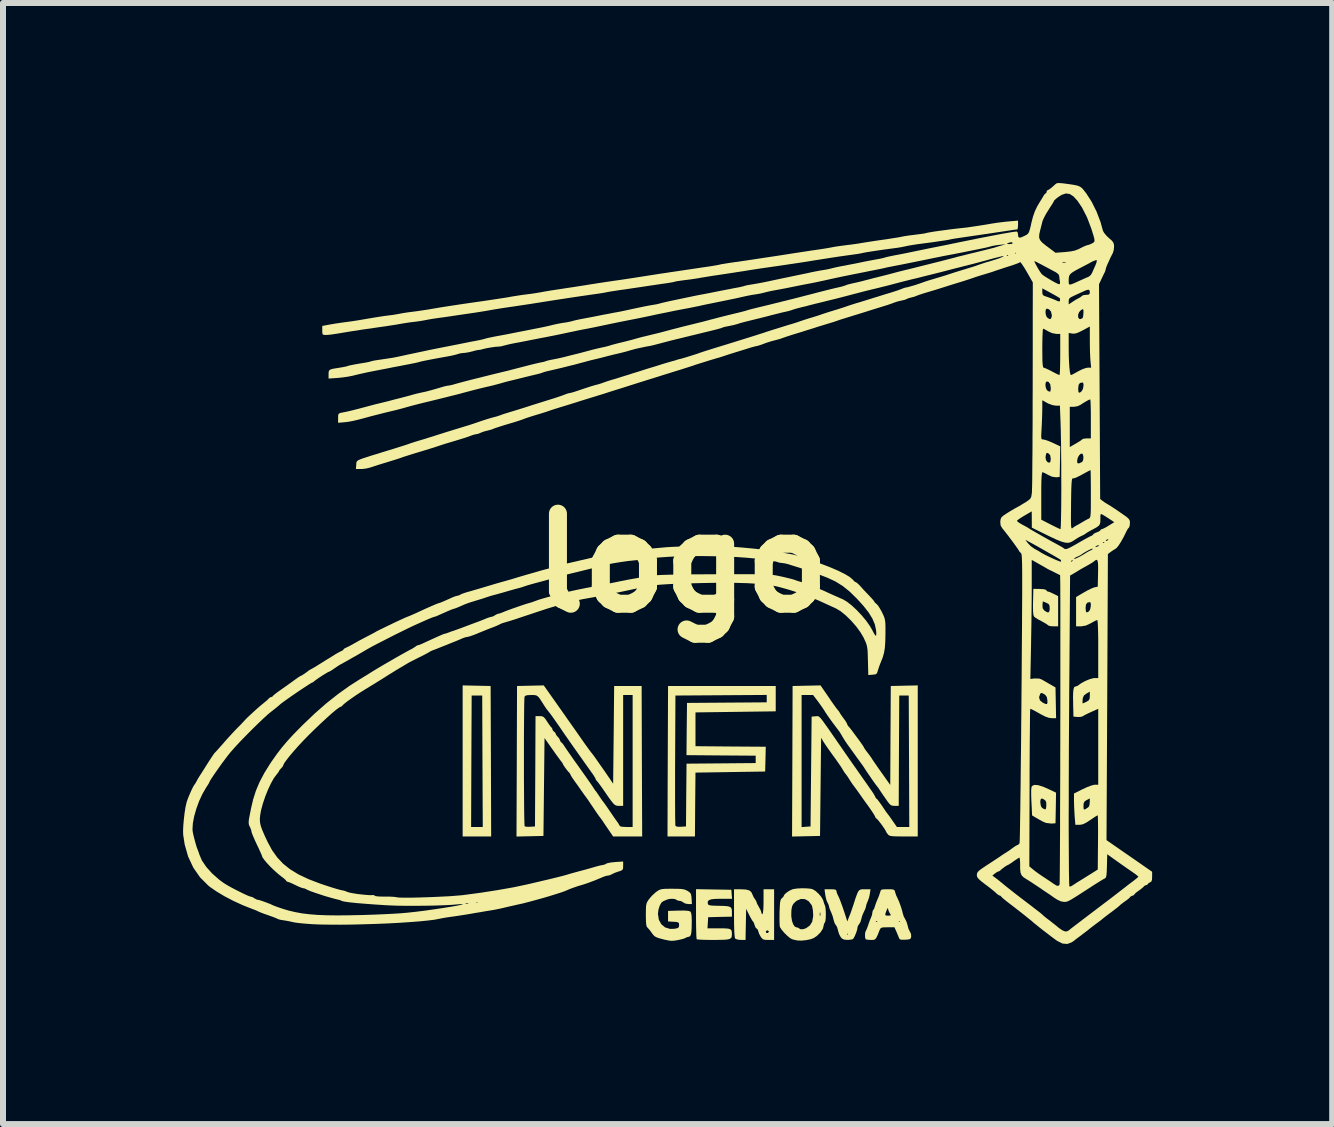
<source format=kicad_pcb>
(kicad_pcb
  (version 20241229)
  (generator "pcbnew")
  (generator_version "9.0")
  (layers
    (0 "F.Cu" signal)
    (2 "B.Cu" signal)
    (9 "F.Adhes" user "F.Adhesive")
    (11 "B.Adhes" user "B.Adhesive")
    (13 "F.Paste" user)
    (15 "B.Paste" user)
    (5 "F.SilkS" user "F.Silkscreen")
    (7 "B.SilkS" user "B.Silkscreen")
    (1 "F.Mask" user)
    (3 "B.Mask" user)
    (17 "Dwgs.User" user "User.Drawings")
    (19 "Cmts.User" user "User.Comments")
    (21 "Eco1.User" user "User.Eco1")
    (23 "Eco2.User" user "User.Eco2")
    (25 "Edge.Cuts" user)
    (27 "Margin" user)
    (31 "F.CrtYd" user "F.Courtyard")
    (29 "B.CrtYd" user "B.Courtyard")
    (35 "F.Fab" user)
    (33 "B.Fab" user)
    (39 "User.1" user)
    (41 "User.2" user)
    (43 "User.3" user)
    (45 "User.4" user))
  (footprint "logo"
    (layer "F.Cu")
    (at 8.317 6.33)
    (property "Reference" "logo" (at 0 0 0) (layer "F.SilkS") (effects (font (size 1.5 1.5) (thickness 0.3))))
    (attr board_only exclude_from_pos_files exclude_from_bom)
    (fp_poly (pts (xy -3.426 2.044) (xy -3.193 2.049) (xy -3.188 3.303) (xy -3.184 4.556) (xy -3.421 4.556) (xy -3.659 4.556) (xy -3.659 4.398) (xy -3.518 4.398) (xy -3.421 4.398) (xy -3.324 4.398) (xy -3.329 3.303) (xy -3.333 2.208) (xy -3.421 2.208) (xy -3.509 2.208) (xy -3.514 3.303) (xy -3.518 4.398) (xy -3.659 4.398) (xy -3.659 3.298) (xy -3.659 2.039)) (stroke (width 0) (type solid)) (fill yes) (layer "F.SilkS"))
    (fp_poly (pts (xy 5.924 3.7) (xy 6.009 3.726) (xy 6.088 3.76) (xy 6.227 3.826) (xy 6.223 4.081) (xy 6.218 4.336) (xy 6.148 4.341) (xy 6.059 4.33) (xy 6.007 4.308) (xy 5.949 4.276) (xy 5.893 4.244) (xy 5.882 4.238) (xy 5.828 4.205) (xy 5.817 3.972) (xy 5.816 3.967) (xy 5.965 3.967) (xy 5.966 3.997) (xy 5.975 4.05) (xy 5.996 4.081) (xy 6.016 4.093) (xy 6.044 4.105) (xy 6.057 4.099) (xy 6.063 4.067) (xy 6.065 4.044) (xy 6.064 3.988) (xy 6.047 3.954) (xy 6.039 3.948) (xy 5.998 3.924) (xy 5.974 3.93) (xy 5.965 3.967) (xy 5.816 3.967) (xy 5.813 3.859) (xy 5.813 3.779) (xy 5.819 3.732) (xy 5.825 3.717) (xy 5.863 3.697)) (stroke (width 0) (type solid)) (fill yes) (layer "F.SilkS"))
    (fp_poly (pts (xy 5.953 0.432) (xy 6.019 0.436) (xy 6.057 0.446) (xy 6.064 0.454) (xy 6.083 0.474) (xy 6.09 0.475) (xy 6.116 0.482) (xy 6.16 0.501) (xy 6.185 0.513) (xy 6.262 0.552) (xy 6.262 0.803) (xy 6.262 1.055) (xy 6.184 1.055) (xy 6.134 1.052) (xy 6.101 1.042) (xy 6.095 1.037) (xy 6.074 1.021) (xy 6.031 0.995) (xy 5.983 0.968) (xy 5.926 0.938) (xy 5.881 0.909) (xy 5.86 0.892) (xy 5.85 0.864) (xy 5.844 0.809) (xy 5.843 0.724) (xy 5.843 0.701) (xy 6.001 0.701) (xy 6.004 0.752) (xy 6.027 0.786) (xy 6.037 0.795) (xy 6.081 0.822) (xy 6.108 0.82) (xy 6.12 0.787) (xy 6.121 0.756) (xy 6.118 0.709) (xy 6.102 0.682) (xy 6.065 0.663) (xy 6.064 0.663) (xy 6.007 0.639) (xy 6.001 0.701) (xy 5.843 0.701) (xy 5.844 0.648) (xy 5.849 0.431)) (stroke (width 0) (type solid)) (fill yes) (layer "F.SilkS"))
    (fp_poly (pts (xy 0.523 5.439) (xy 0.818 5.444) (xy 0.823 5.519) (xy 0.829 5.594) (xy 0.645 5.594) (xy 0.549 5.596) (xy 0.483 5.603) (xy 0.444 5.617) (xy 0.425 5.639) (xy 0.425 5.671) (xy 0.425 5.676) (xy 0.432 5.691) (xy 0.451 5.701) (xy 0.488 5.707) (xy 0.549 5.71) (xy 0.598 5.711) (xy 0.692 5.713) (xy 0.755 5.718) (xy 0.795 5.729) (xy 0.816 5.747) (xy 0.825 5.776) (xy 0.827 5.815) (xy 0.827 5.892) (xy 0.629 5.896) (xy 0.431 5.901) (xy 0.426 5.994) (xy 0.42 6.086) (xy 0.613 6.086) (xy 0.702 6.087) (xy 0.763 6.091) (xy 0.8 6.101) (xy 0.819 6.12) (xy 0.826 6.15) (xy 0.827 6.19) (xy 0.824 6.222) (xy 0.815 6.246) (xy 0.792 6.262) (xy 0.753 6.272) (xy 0.691 6.277) (xy 0.602 6.279) (xy 0.518 6.28) (xy 0.425 6.279) (xy 0.344 6.277) (xy 0.283 6.274) (xy 0.247 6.27) (xy 0.24 6.268) (xy 0.237 6.248) (xy 0.234 6.197) (xy 0.232 6.122) (xy 0.23 6.027) (xy 0.229 5.916) (xy 0.229 5.845) (xy 0.229 5.434)) (stroke (width 0) (type solid)) (fill yes) (layer "F.SilkS"))
    (fp_poly (pts (xy 1.557 2.26) (xy 1.557 2.471) (xy 0.888 2.48) (xy 0.22 2.489) (xy 0.22 2.77) (xy 0.22 3.052) (xy 0.805 3.057) (xy 1.391 3.061) (xy 1.386 3.268) (xy 1.381 3.474) (xy 0.8 3.483) (xy 0.22 3.492) (xy 0.215 4.024) (xy 0.211 4.556) (xy -0.018 4.556) (xy -0.246 4.556) (xy -0.244 3.821) (xy -0.12 3.821) (xy -0.12 3.973) (xy -0.119 4.105) (xy -0.119 4.214) (xy -0.117 4.298) (xy -0.116 4.353) (xy -0.115 4.376) (xy -0.115 4.376) (xy -0.092 4.392) (xy -0.037 4.395) (xy -0.022 4.394) (xy 0.062 4.389) (xy 0.066 3.866) (xy 0.071 3.343) (xy 0.647 3.338) (xy 1.223 3.333) (xy 1.223 3.272) (xy 1.223 3.21) (xy 0.646 3.206) (xy 0.07 3.201) (xy 0.074 2.766) (xy 0.079 2.331) (xy 0.743 2.326) (xy 1.407 2.321) (xy 1.407 2.26) (xy 1.407 2.198) (xy 0.646 2.203) (xy -0.114 2.208) (xy -0.119 3.281) (xy -0.12 3.472) (xy -0.12 3.653) (xy -0.12 3.821) (xy -0.244 3.821) (xy -0.242 3.303) (xy -0.237 2.049) (xy 0.66 2.049) (xy 1.557 2.049)) (stroke (width 0) (type solid)) (fill yes) (layer "F.SilkS"))
    (fp_poly (pts (xy 1.53 5.857) (xy 1.53 6.28) (xy 1.435 6.28) (xy 1.378 6.278) (xy 1.345 6.269) (xy 1.321 6.247) (xy 1.303 6.22) (xy 1.279 6.175) (xy 1.267 6.137) (xy 1.267 6.132) (xy 1.392 6.132) (xy 1.396 6.156) (xy 1.401 6.162) (xy 1.423 6.165) (xy 1.441 6.148) (xy 1.442 6.138) (xy 1.428 6.123) (xy 1.416 6.121) (xy 1.392 6.132) (xy 1.267 6.132) (xy 1.266 6.132) (xy 1.253 6.101) (xy 1.241 6.093) (xy 1.219 6.07) (xy 1.205 6.032) (xy 1.192 5.992) (xy 1.178 5.972) (xy 1.163 5.952) (xy 1.139 5.91) (xy 1.114 5.862) (xy 1.064 5.761) (xy 1.059 6.02) (xy 1.054 6.28) (xy 0.979 6.28) (xy 0.928 6.275) (xy 0.89 6.263) (xy 0.883 6.259) (xy 0.875 6.239) (xy 0.87 6.195) (xy 0.866 6.125) (xy 0.863 6.026) (xy 0.862 5.896) (xy 0.862 5.836) (xy 0.862 5.435) (xy 0.981 5.436) (xy 1.062 5.44) (xy 1.117 5.455) (xy 1.15 5.483) (xy 1.169 5.523) (xy 1.19 5.57) (xy 1.208 5.596) (xy 1.231 5.631) (xy 1.237 5.65) (xy 1.248 5.679) (xy 1.272 5.722) (xy 1.28 5.737) (xy 1.305 5.783) (xy 1.318 5.822) (xy 1.319 5.83) (xy 1.327 5.85) (xy 1.337 5.849) (xy 1.344 5.827) (xy 1.35 5.777) (xy 1.353 5.705) (xy 1.354 5.637) (xy 1.354 5.435) (xy 1.442 5.435) (xy 1.53 5.435)) (stroke (width 0) (type solid)) (fill yes) (layer "F.SilkS"))
    (fp_poly (pts (xy 2.527 5.437) (xy 2.558 5.445) (xy 2.568 5.46) (xy 2.568 5.463) (xy 2.576 5.499) (xy 2.594 5.538) (xy 2.614 5.58) (xy 2.64 5.647) (xy 2.671 5.732) (xy 2.703 5.827) (xy 2.73 5.91) (xy 2.749 5.972) (xy 2.766 5.928) (xy 2.785 5.88) (xy 2.798 5.849) (xy 2.81 5.816) (xy 2.829 5.76) (xy 2.852 5.692) (xy 2.858 5.673) (xy 2.888 5.58) (xy 2.912 5.515) (xy 2.931 5.473) (xy 2.952 5.449) (xy 2.977 5.438) (xy 3.01 5.435) (xy 3.041 5.435) (xy 3.136 5.435) (xy 3.125 5.511) (xy 3.112 5.573) (xy 3.092 5.629) (xy 3.088 5.638) (xy 3.069 5.684) (xy 3.061 5.72) (xy 3.061 5.72) (xy 3.052 5.755) (xy 3.032 5.8) (xy 3.027 5.808) (xy 3.001 5.867) (xy 2.983 5.929) (xy 2.983 5.93) (xy 2.969 5.979) (xy 2.949 6.014) (xy 2.946 6.016) (xy 2.924 6.051) (xy 2.92 6.07) (xy 2.913 6.11) (xy 2.896 6.162) (xy 2.874 6.215) (xy 2.853 6.254) (xy 2.842 6.266) (xy 2.814 6.274) (xy 2.766 6.279) (xy 2.75 6.279) (xy 2.694 6.274) (xy 2.657 6.253) (xy 2.641 6.235) (xy 2.615 6.187) (xy 2.613 6.183) (xy 2.744 6.183) (xy 2.753 6.192) (xy 2.762 6.183) (xy 2.753 6.174) (xy 2.744 6.183) (xy 2.613 6.183) (xy 2.596 6.129) (xy 2.595 6.122) (xy 2.581 6.072) (xy 2.563 6.037) (xy 2.558 6.033) (xy 2.539 6.002) (xy 2.524 5.955) (xy 2.522 5.948) (xy 2.507 5.889) (xy 2.483 5.825) (xy 2.478 5.815) (xy 2.457 5.766) (xy 2.446 5.729) (xy 2.445 5.722) (xy 2.436 5.69) (xy 2.42 5.659) (xy 2.403 5.619) (xy 2.388 5.561) (xy 2.382 5.528) (xy 2.37 5.435) (xy 2.469 5.435)) (stroke (width 0) (type solid)) (fill yes) (layer "F.SilkS"))
    (fp_poly (pts (xy 2.067 5.42) (xy 2.134 5.426) (xy 2.17 5.434) (xy 2.219 5.463) (xy 2.271 5.51) (xy 2.317 5.564) (xy 2.345 5.613) (xy 2.349 5.625) (xy 2.363 5.673) (xy 2.376 5.703) (xy 2.385 5.737) (xy 2.39 5.79) (xy 2.392 5.853) (xy 2.39 5.914) (xy 2.385 5.963) (xy 2.376 5.988) (xy 2.375 5.989) (xy 2.36 6.014) (xy 2.357 6.035) (xy 2.342 6.093) (xy 2.302 6.155) (xy 2.244 6.212) (xy 2.185 6.251) (xy 2.131 6.27) (xy 2.058 6.284) (xy 1.983 6.291) (xy 1.92 6.289) (xy 1.909 6.287) (xy 1.86 6.276) (xy 1.836 6.27) (xy 1.8 6.252) (xy 1.753 6.214) (xy 1.703 6.165) (xy 1.66 6.115) (xy 1.631 6.072) (xy 1.625 6.058) (xy 1.622 6.025) (xy 1.62 5.966) (xy 1.62 5.889) (xy 1.62 5.884) (xy 1.816 5.884) (xy 1.827 5.958) (xy 1.847 6.018) (xy 1.875 6.058) (xy 1.9 6.069) (xy 1.933 6.077) (xy 1.944 6.086) (xy 1.972 6.102) (xy 2.017 6.1) (xy 2.064 6.084) (xy 2.126 6.038) (xy 2.164 5.977) (xy 2.18 5.892) (xy 2.181 5.861) (xy 2.18 5.849) (xy 2.29 5.849) (xy 2.292 5.879) (xy 2.298 5.881) (xy 2.298 5.88) (xy 2.302 5.845) (xy 2.299 5.827) (xy 2.293 5.82) (xy 2.29 5.843) (xy 2.29 5.849) (xy 2.18 5.849) (xy 2.176 5.785) (xy 2.164 5.722) (xy 2.155 5.699) (xy 2.105 5.634) (xy 2.044 5.6) (xy 1.975 5.597) (xy 1.906 5.627) (xy 1.884 5.645) (xy 1.85 5.68) (xy 1.831 5.716) (xy 1.82 5.768) (xy 1.817 5.803) (xy 1.816 5.884) (xy 1.62 5.884) (xy 1.621 5.813) (xy 1.625 5.722) (xy 1.629 5.66) (xy 1.637 5.62) (xy 1.647 5.597) (xy 1.658 5.586) (xy 1.683 5.562) (xy 1.689 5.55) (xy 1.703 5.523) (xy 1.739 5.49) (xy 1.786 5.459) (xy 1.834 5.437) (xy 1.846 5.433) (xy 1.911 5.423) (xy 1.989 5.419)) (stroke (width 0) (type solid)) (fill yes) (layer "F.SilkS"))
    (fp_poly (pts (xy -0.077 5.428) (xy -0.013 5.431) (xy 0.033 5.439) (xy 0.068 5.452) (xy 0.088 5.463) (xy 0.125 5.488) (xy 0.144 5.515) (xy 0.152 5.557) (xy 0.155 5.59) (xy 0.16 5.682) (xy 0.1 5.682) (xy 0.052 5.674) (xy 0.019 5.657) (xy 0.018 5.655) (xy -0.017 5.634) (xy -0.045 5.629) (xy -0.081 5.622) (xy -0.097 5.611) (xy -0.122 5.599) (xy -0.166 5.594) (xy -0.216 5.597) (xy -0.257 5.609) (xy -0.26 5.61) (xy -0.301 5.628) (xy -0.318 5.635) (xy -0.349 5.66) (xy -0.377 5.711) (xy -0.397 5.776) (xy -0.405 5.846) (xy -0.405 5.849) (xy -0.39 5.944) (xy -0.349 6.019) (xy -0.286 6.071) (xy -0.204 6.096) (xy -0.13 6.094) (xy -0.082 6.084) (xy -0.06 6.07) (xy -0.053 6.044) (xy -0.053 6.032) (xy -0.055 6.003) (xy -0.068 5.988) (xy -0.1 5.98) (xy -0.145 5.977) (xy -0.237 5.972) (xy -0.237 5.884) (xy -0.237 5.796) (xy -0.064 5.791) (xy 0.033 5.79) (xy 0.099 5.795) (xy 0.133 5.806) (xy 0.134 5.806) (xy 0.147 5.829) (xy 0.155 5.876) (xy 0.158 5.951) (xy 0.158 5.987) (xy 0.156 6.087) (xy 0.151 6.156) (xy 0.141 6.199) (xy 0.126 6.221) (xy 0.107 6.227) (xy 0.071 6.236) (xy 0.061 6.243) (xy 0.033 6.256) (xy -0.017 6.27) (xy -0.077 6.283) (xy -0.136 6.292) (xy -0.18 6.295) (xy -0.181 6.295) (xy -0.221 6.29) (xy -0.278 6.279) (xy -0.308 6.272) (xy -0.383 6.252) (xy -0.432 6.235) (xy -0.465 6.215) (xy -0.491 6.187) (xy -0.51 6.16) (xy -0.543 6.115) (xy -0.573 6.081) (xy -0.58 6.074) (xy -0.593 6.057) (xy -0.601 6.022) (xy -0.605 5.966) (xy -0.607 5.881) (xy -0.607 5.863) (xy -0.606 5.778) (xy -0.604 5.72) (xy -0.597 5.679) (xy -0.585 5.648) (xy -0.566 5.617) (xy -0.554 5.6) (xy -0.506 5.544) (xy -0.449 5.491) (xy -0.431 5.477) (xy -0.398 5.455) (xy -0.368 5.44) (xy -0.332 5.432) (xy -0.282 5.428) (xy -0.21 5.427) (xy -0.167 5.427)) (stroke (width 0) (type solid)) (fill yes) (layer "F.SilkS"))
    (fp_poly (pts (xy 3.483 5.436) (xy 3.518 5.441) (xy 3.536 5.453) (xy 3.545 5.476) (xy 3.546 5.484) (xy 3.564 5.538) (xy 3.582 5.576) (xy 3.611 5.64) (xy 3.64 5.719) (xy 3.664 5.796) (xy 3.672 5.831) (xy 3.689 5.887) (xy 3.711 5.928) (xy 3.735 5.975) (xy 3.753 6.033) (xy 3.755 6.042) (xy 3.769 6.095) (xy 3.789 6.136) (xy 3.793 6.142) (xy 3.811 6.18) (xy 3.814 6.221) (xy 3.808 6.25) (xy 3.792 6.266) (xy 3.758 6.273) (xy 3.716 6.276) (xy 3.659 6.277) (xy 3.628 6.271) (xy 3.613 6.254) (xy 3.612 6.25) (xy 3.598 6.215) (xy 3.577 6.164) (xy 3.568 6.143) (xy 3.535 6.069) (xy 3.42 6.069) (xy 3.358 6.07) (xy 3.322 6.075) (xy 3.302 6.088) (xy 3.289 6.112) (xy 3.287 6.117) (xy 3.258 6.191) (xy 3.236 6.238) (xy 3.217 6.265) (xy 3.196 6.277) (xy 3.167 6.28) (xy 3.143 6.28) (xy 3.094 6.277) (xy 3.06 6.271) (xy 3.055 6.268) (xy 3.046 6.241) (xy 3.044 6.197) (xy 3.048 6.153) (xy 3.058 6.129) (xy 3.071 6.103) (xy 3.089 6.057) (xy 3.097 6.033) (xy 3.117 5.975) (xy 3.119 5.969) (xy 3.225 5.969) (xy 3.227 5.979) (xy 3.237 5.981) (xy 3.251 5.974) (xy 3.25 5.972) (xy 3.606 5.972) (xy 3.615 5.981) (xy 3.624 5.972) (xy 3.615 5.963) (xy 3.606 5.972) (xy 3.25 5.972) (xy 3.248 5.969) (xy 3.227 5.967) (xy 3.225 5.969) (xy 3.119 5.969) (xy 3.137 5.923) (xy 3.144 5.91) (xy 3.16 5.864) (xy 3.383 5.864) (xy 3.398 5.874) (xy 3.431 5.875) (xy 3.467 5.873) (xy 3.474 5.862) (xy 3.457 5.836) (xy 3.436 5.793) (xy 3.429 5.761) (xy 3.424 5.748) (xy 3.412 5.767) (xy 3.404 5.787) (xy 3.385 5.838) (xy 3.383 5.864) (xy 3.16 5.864) (xy 3.161 5.863) (xy 3.166 5.828) (xy 3.173 5.793) (xy 3.182 5.78) (xy 3.197 5.757) (xy 3.209 5.721) (xy 3.224 5.674) (xy 3.247 5.617) (xy 3.253 5.602) (xy 3.277 5.546) (xy 3.294 5.494) (xy 3.297 5.484) (xy 3.305 5.458) (xy 3.319 5.443) (xy 3.349 5.437) (xy 3.404 5.435) (xy 3.421 5.435)) (stroke (width 0) (type solid)) (fill yes) (layer "F.SilkS"))
    (fp_poly (pts (xy 3.923 3.298) (xy 3.923 4.556) (xy 3.689 4.556) (xy 3.593 4.555) (xy 3.526 4.553) (xy 3.482 4.549) (xy 3.453 4.542) (xy 3.435 4.531) (xy 3.425 4.52) (xy 3.403 4.491) (xy 3.395 4.475) (xy 3.385 4.454) (xy 3.36 4.415) (xy 3.327 4.367) (xy 3.291 4.32) (xy 3.259 4.28) (xy 3.238 4.259) (xy 3.234 4.257) (xy 3.219 4.243) (xy 3.219 4.239) (xy 3.209 4.216) (xy 3.182 4.171) (xy 3.142 4.111) (xy 3.094 4.042) (xy 3.062 3.999) (xy 3.029 3.953) (xy 3.008 3.923) (xy 2.982 3.886) (xy 2.946 3.835) (xy 2.906 3.779) (xy 2.869 3.729) (xy 2.843 3.694) (xy 2.836 3.685) (xy 2.819 3.66) (xy 2.792 3.618) (xy 2.781 3.601) (xy 2.752 3.555) (xy 2.726 3.52) (xy 2.72 3.513) (xy 2.699 3.484) (xy 2.671 3.439) (xy 2.666 3.43) (xy 2.641 3.39) (xy 2.601 3.332) (xy 2.552 3.262) (xy 2.512 3.208) (xy 2.46 3.135) (xy 2.411 3.066) (xy 2.372 3.008) (xy 2.353 2.979) (xy 2.313 2.911) (xy 2.304 3.729) (xy 2.295 4.547) (xy 2.062 4.552) (xy 1.829 4.557) (xy 1.834 3.303) (xy 1.834 3.299) (xy 1.988 3.299) (xy 1.988 4.4) (xy 2.062 4.394) (xy 2.137 4.389) (xy 2.146 3.474) (xy 2.155 2.559) (xy 2.219 2.554) (xy 2.238 2.552) (xy 2.254 2.551) (xy 2.269 2.555) (xy 2.285 2.566) (xy 2.307 2.588) (xy 2.335 2.623) (xy 2.373 2.676) (xy 2.424 2.747) (xy 2.49 2.842) (xy 2.568 2.955) (xy 2.703 3.15) (xy 2.822 3.321) (xy 2.924 3.466) (xy 3.006 3.584) (xy 3.031 3.619) (xy 3.079 3.687) (xy 3.13 3.761) (xy 3.157 3.799) (xy 3.19 3.849) (xy 3.212 3.888) (xy 3.219 3.905) (xy 3.229 3.922) (xy 3.232 3.923) (xy 3.248 3.936) (xy 3.276 3.972) (xy 3.313 4.024) (xy 3.325 4.041) (xy 3.363 4.098) (xy 3.393 4.142) (xy 3.411 4.167) (xy 3.413 4.169) (xy 3.427 4.187) (xy 3.456 4.226) (xy 3.493 4.278) (xy 3.499 4.288) (xy 3.576 4.398) (xy 3.679 4.398) (xy 3.782 4.398) (xy 3.778 3.303) (xy 3.773 2.208) (xy 3.694 2.208) (xy 3.615 2.208) (xy 3.61 3.127) (xy 3.606 4.046) (xy 3.538 4.046) (xy 3.503 4.044) (xy 3.477 4.035) (xy 3.451 4.012) (xy 3.418 3.97) (xy 3.384 3.921) (xy 3.342 3.861) (xy 3.307 3.809) (xy 3.284 3.774) (xy 3.281 3.768) (xy 3.254 3.731) (xy 3.243 3.717) (xy 3.225 3.694) (xy 3.193 3.65) (xy 3.153 3.593) (xy 3.111 3.531) (xy 3.071 3.473) (xy 3.041 3.426) (xy 3.034 3.416) (xy 3.012 3.382) (xy 3.003 3.369) (xy 2.986 3.347) (xy 2.954 3.302) (xy 2.911 3.243) (xy 2.863 3.176) (xy 2.814 3.108) (xy 2.77 3.047) (xy 2.748 3.017) (xy 2.709 2.959) (xy 2.673 2.901) (xy 2.664 2.885) (xy 2.638 2.841) (xy 2.619 2.81) (xy 2.616 2.806) (xy 2.6 2.785) (xy 2.568 2.743) (xy 2.527 2.688) (xy 2.509 2.665) (xy 2.461 2.599) (xy 2.415 2.533) (xy 2.38 2.481) (xy 2.375 2.471) (xy 2.342 2.42) (xy 2.297 2.356) (xy 2.256 2.3) (xy 2.179 2.199) (xy 2.083 2.199) (xy 1.988 2.199) (xy 1.988 3.299) (xy 1.834 3.299) (xy 1.838 2.049) (xy 2.071 2.044) (xy 2.303 2.039) (xy 2.352 2.11) (xy 2.387 2.16) (xy 2.432 2.226) (xy 2.478 2.294) (xy 2.48 2.297) (xy 2.522 2.357) (xy 2.56 2.41) (xy 2.587 2.444) (xy 2.59 2.447) (xy 2.613 2.476) (xy 2.621 2.49) (xy 2.631 2.508) (xy 2.656 2.545) (xy 2.682 2.581) (xy 2.716 2.627) (xy 2.738 2.663) (xy 2.744 2.677) (xy 2.755 2.703) (xy 2.766 2.718) (xy 2.793 2.749) (xy 2.819 2.782) (xy 2.899 2.89) (xy 2.959 2.971) (xy 2.999 3.028) (xy 3.021 3.061) (xy 3.025 3.071) (xy 3.036 3.09) (xy 3.061 3.126) (xy 3.083 3.154) (xy 3.119 3.202) (xy 3.148 3.242) (xy 3.157 3.257) (xy 3.17 3.277) (xy 3.192 3.31) (xy 3.227 3.36) (xy 3.275 3.43) (xy 3.341 3.522) (xy 3.404 3.612) (xy 3.465 3.697) (xy 3.469 2.873) (xy 3.474 2.049) (xy 3.698 2.044) (xy 3.923 2.039)) (stroke (width 0) (type solid)) (fill yes) (layer "F.SilkS"))
    (fp_poly (pts (xy -2.161 2.247) (xy -2.105 2.326) (xy -2.054 2.399) (xy -2.011 2.459) (xy -1.983 2.5) (xy -1.978 2.507) (xy -1.948 2.549) (xy -1.908 2.607) (xy -1.873 2.656) (xy -1.835 2.71) (xy -1.784 2.782) (xy -1.727 2.864) (xy -1.675 2.938) (xy -1.624 3.011) (xy -1.577 3.076) (xy -1.54 3.127) (xy -1.517 3.156) (xy -1.517 3.157) (xy -1.485 3.197) (xy -1.451 3.244) (xy -1.45 3.245) (xy -1.421 3.287) (xy -1.381 3.344) (xy -1.339 3.404) (xy -1.291 3.472) (xy -1.243 3.543) (xy -1.208 3.593) (xy -1.152 3.677) (xy -1.143 2.863) (xy -1.135 2.049) (xy -0.906 2.049) (xy -0.677 2.049) (xy -0.673 3.303) (xy -0.668 4.556) (xy -0.91 4.556) (xy -1.152 4.556) (xy -1.231 4.44) (xy -1.271 4.382) (xy -1.305 4.331) (xy -1.326 4.299) (xy -1.328 4.296) (xy -1.354 4.259) (xy -1.365 4.245) (xy -1.383 4.222) (xy -1.415 4.177) (xy -1.456 4.117) (xy -1.488 4.069) (xy -1.533 4.003) (xy -1.571 3.946) (xy -1.599 3.907) (xy -1.609 3.893) (xy -1.628 3.868) (xy -1.659 3.824) (xy -1.689 3.782) (xy -1.734 3.717) (xy -1.783 3.649) (xy -1.807 3.615) (xy -1.839 3.569) (xy -1.86 3.533) (xy -1.865 3.521) (xy -1.876 3.499) (xy -1.878 3.497) (xy -1.896 3.481) (xy -1.924 3.446) (xy -1.954 3.406) (xy -1.978 3.37) (xy -1.988 3.351) (xy -1.998 3.33) (xy -2.006 3.319) (xy -2.029 3.29) (xy -2.071 3.233) (xy -2.13 3.151) (xy -2.204 3.046) (xy -2.225 3.016) (xy -2.295 2.916) (xy -2.304 3.732) (xy -2.313 4.547) (xy -2.537 4.552) (xy -2.762 4.557) (xy -2.757 3.303) (xy -2.757 3.241) (xy -2.638 3.241) (xy -2.638 3.41) (xy -2.638 3.577) (xy -2.637 3.738) (xy -2.636 3.89) (xy -2.635 4.028) (xy -2.634 4.148) (xy -2.632 4.248) (xy -2.63 4.324) (xy -2.628 4.371) (xy -2.626 4.387) (xy -2.602 4.393) (xy -2.557 4.395) (xy -2.534 4.394) (xy -2.454 4.389) (xy -2.449 3.47) (xy -2.445 2.551) (xy -2.377 2.551) (xy -2.338 2.553) (xy -2.31 2.566) (xy -2.283 2.595) (xy -2.251 2.643) (xy -2.218 2.692) (xy -2.191 2.728) (xy -2.178 2.741) (xy -2.165 2.761) (xy -2.164 2.772) (xy -2.149 2.8) (xy -2.137 2.808) (xy -2.114 2.829) (xy -2.111 2.84) (xy -2.099 2.867) (xy -2.076 2.894) (xy -2.049 2.925) (xy -2.04 2.948) (xy -2.027 2.977) (xy -2.018 2.985) (xy -1.991 3.012) (xy -1.979 3.028) (xy -1.955 3.066) (xy -1.914 3.126) (xy -1.86 3.203) (xy -1.798 3.292) (xy -1.743 3.368) (xy -1.689 3.445) (xy -1.632 3.525) (xy -1.576 3.605) (xy -1.527 3.675) (xy -1.49 3.73) (xy -1.469 3.762) (xy -1.45 3.791) (xy -1.442 3.799) (xy -1.428 3.818) (xy -1.402 3.856) (xy -1.381 3.887) (xy -1.35 3.933) (xy -1.327 3.966) (xy -1.319 3.975) (xy -1.302 3.998) (xy -1.266 4.048) (xy -1.212 4.127) (xy -1.158 4.206) (xy -1.121 4.26) (xy -1.09 4.303) (xy -1.073 4.326) (xy -1.072 4.327) (xy -1.058 4.35) (xy -1.05 4.367) (xy -1.036 4.385) (xy -1.006 4.394) (xy -0.951 4.397) (xy -0.933 4.398) (xy -0.827 4.398) (xy -0.827 3.298) (xy -0.827 2.199) (xy -0.906 2.199) (xy -0.985 2.199) (xy -0.985 3.122) (xy -0.985 4.046) (xy -1.053 4.046) (xy -1.081 4.045) (xy -1.104 4.04) (xy -1.126 4.028) (xy -1.151 4.004) (xy -1.183 3.964) (xy -1.227 3.904) (xy -1.284 3.821) (xy -1.311 3.782) (xy -1.355 3.719) (xy -1.393 3.668) (xy -1.419 3.635) (xy -1.428 3.626) (xy -1.442 3.606) (xy -1.442 3.604) (xy -1.452 3.579) (xy -1.475 3.542) (xy -1.476 3.539) (xy -1.579 3.394) (xy -1.665 3.273) (xy -1.738 3.17) (xy -1.801 3.081) (xy -1.858 3) (xy -1.912 2.922) (xy -1.968 2.842) (xy -2.027 2.755) (xy -2.059 2.709) (xy -2.113 2.632) (xy -2.161 2.563) (xy -2.201 2.509) (xy -2.227 2.476) (xy -2.231 2.471) (xy -2.263 2.431) (xy -2.295 2.383) (xy -2.343 2.307) (xy -2.377 2.255) (xy -2.405 2.223) (xy -2.432 2.206) (xy -2.464 2.2) (xy -2.506 2.199) (xy -2.516 2.199) (xy -2.579 2.202) (xy -2.614 2.211) (xy -2.628 2.227) (xy -2.63 2.25) (xy -2.632 2.304) (xy -2.634 2.385) (xy -2.635 2.49) (xy -2.636 2.615) (xy -2.637 2.757) (xy -2.638 2.911) (xy -2.638 3.073) (xy -2.638 3.241) (xy -2.757 3.241) (xy -2.753 2.049) (xy -2.53 2.044) (xy -2.308 2.039)) (stroke (width 0) (type solid)) (fill yes) (layer "F.SilkS"))
    (fp_poly (pts (xy 5.594 -5.631) (xy 5.591 -5.586) (xy 5.584 -5.56) (xy 5.58 -5.558) (xy 5.573 -5.557) (xy 5.557 -5.555) (xy 5.529 -5.552) (xy 5.485 -5.545) (xy 5.422 -5.536) (xy 5.336 -5.523) (xy 5.223 -5.506) (xy 5.079 -5.484) (xy 5.048 -5.48) (xy 4.955 -5.466) (xy 4.844 -5.45) (xy 4.735 -5.434) (xy 4.688 -5.427) (xy 4.607 -5.415) (xy 4.538 -5.405) (xy 4.488 -5.396) (xy 4.468 -5.392) (xy 4.438 -5.385) (xy 4.378 -5.375) (xy 4.294 -5.363) (xy 4.189 -5.347) (xy 4.069 -5.331) (xy 3.939 -5.314) (xy 3.923 -5.312) (xy 3.845 -5.3) (xy 3.773 -5.288) (xy 3.72 -5.277) (xy 3.711 -5.275) (xy 3.663 -5.265) (xy 3.594 -5.253) (xy 3.519 -5.243) (xy 3.518 -5.243) (xy 3.437 -5.232) (xy 3.346 -5.22) (xy 3.251 -5.206) (xy 3.16 -5.192) (xy 3.081 -5.18) (xy 3.022 -5.169) (xy 2.99 -5.162) (xy 2.989 -5.162) (xy 2.961 -5.156) (xy 2.907 -5.147) (xy 2.835 -5.137) (xy 2.769 -5.128) (xy 2.684 -5.116) (xy 2.606 -5.105) (xy 2.529 -5.093) (xy 2.443 -5.08) (xy 2.341 -5.064) (xy 2.214 -5.044) (xy 2.19 -5.04) (xy 1.971 -5.005) (xy 1.749 -4.972) (xy 1.601 -4.95) (xy 1.455 -4.929) (xy 1.336 -4.912) (xy 1.236 -4.897) (xy 1.145 -4.883) (xy 1.057 -4.869) (xy 1.029 -4.864) (xy 0.949 -4.852) (xy 0.847 -4.836) (xy 0.736 -4.819) (xy 0.629 -4.803) (xy 0.624 -4.802) (xy 0.527 -4.788) (xy 0.433 -4.773) (xy 0.354 -4.76) (xy 0.298 -4.751) (xy 0.29 -4.749) (xy 0.231 -4.739) (xy 0.151 -4.727) (xy 0.066 -4.716) (xy 0.045 -4.714) (xy -0.026 -4.704) (xy -0.083 -4.696) (xy -0.118 -4.689) (xy -0.124 -4.687) (xy -0.146 -4.681) (xy -0.195 -4.672) (xy -0.263 -4.661) (xy -0.328 -4.652) (xy -0.429 -4.637) (xy -0.538 -4.621) (xy -0.638 -4.606) (xy -0.677 -4.6) (xy -0.766 -4.587) (xy -0.873 -4.571) (xy -0.98 -4.555) (xy -1.029 -4.549) (xy -1.112 -4.536) (xy -1.186 -4.525) (xy -1.242 -4.515) (xy -1.266 -4.51) (xy -1.302 -4.503) (xy -1.363 -4.493) (xy -1.439 -4.482) (xy -1.495 -4.474) (xy -1.703 -4.444) (xy -1.904 -4.414) (xy -2.112 -4.382) (xy -2.234 -4.363) (xy -2.524 -4.317) (xy -2.803 -4.275) (xy -2.92 -4.258) (xy -3.007 -4.245) (xy -3.107 -4.229) (xy -3.193 -4.214) (xy -3.285 -4.198) (xy -3.389 -4.181) (xy -3.474 -4.168) (xy -3.562 -4.155) (xy -3.664 -4.14) (xy -3.761 -4.126) (xy -3.773 -4.124) (xy -3.867 -4.11) (xy -3.97 -4.095) (xy -4.061 -4.083) (xy -4.072 -4.081) (xy -4.151 -4.07) (xy -4.226 -4.057) (xy -4.283 -4.046) (xy -4.287 -4.045) (xy -4.349 -4.034) (xy -4.423 -4.023) (xy -4.463 -4.018) (xy -4.534 -4.01) (xy -4.62 -3.997) (xy -4.697 -3.984) (xy -4.763 -3.972) (xy -4.854 -3.958) (xy -4.958 -3.942) (xy -5.065 -3.927) (xy -5.092 -3.923) (xy -5.317 -3.891) (xy -5.534 -3.857) (xy -5.764 -3.819) (xy -5.786 -3.816) (xy -5.852 -3.806) (xy -5.915 -3.8) (xy -5.94 -3.799) (xy -5.976 -3.801) (xy -5.993 -3.814) (xy -5.998 -3.847) (xy -5.998 -3.875) (xy -5.998 -3.95) (xy -5.879 -3.972) (xy -5.793 -3.987) (xy -5.698 -4.001) (xy -5.637 -4.01) (xy -5.565 -4.019) (xy -5.488 -4.03) (xy -5.398 -4.044) (xy -5.287 -4.063) (xy -5.151 -4.086) (xy -5.127 -4.09) (xy -5.045 -4.103) (xy -4.961 -4.116) (xy -4.893 -4.124) (xy -4.89 -4.125) (xy -4.817 -4.134) (xy -4.742 -4.147) (xy -4.714 -4.152) (xy -4.657 -4.163) (xy -4.58 -4.175) (xy -4.501 -4.185) (xy -4.494 -4.186) (xy -4.409 -4.197) (xy -4.321 -4.21) (xy -4.249 -4.221) (xy -4.248 -4.221) (xy -4.043 -4.256) (xy -3.872 -4.283) (xy -3.733 -4.304) (xy -3.694 -4.31) (xy -3.516 -4.336) (xy -3.368 -4.357) (xy -3.246 -4.375) (xy -3.145 -4.39) (xy -3.061 -4.403) (xy -2.989 -4.414) (xy -2.924 -4.424) (xy -2.863 -4.435) (xy -2.823 -4.442) (xy -2.741 -4.455) (xy -2.656 -4.468) (xy -2.588 -4.476) (xy -2.586 -4.477) (xy -2.517 -4.485) (xy -2.433 -4.498) (xy -2.357 -4.511) (xy -2.281 -4.525) (xy -2.185 -4.541) (xy -2.085 -4.556) (xy -2.032 -4.564) (xy -1.931 -4.58) (xy -1.822 -4.596) (xy -1.721 -4.612) (xy -1.68 -4.618) (xy -1.538 -4.641) (xy -1.422 -4.659) (xy -1.325 -4.674) (xy -1.237 -4.687) (xy -1.15 -4.7) (xy -1.108 -4.706) (xy -1.023 -4.718) (xy -0.917 -4.734) (xy -0.805 -4.751) (xy -0.704 -4.767) (xy -0.595 -4.784) (xy -0.48 -4.802) (xy -0.372 -4.819) (xy -0.29 -4.831) (xy -0.191 -4.846) (xy -0.082 -4.862) (xy 0.018 -4.877) (xy 0.044 -4.881) (xy 0.133 -4.894) (xy 0.24 -4.91) (xy 0.347 -4.926) (xy 0.396 -4.933) (xy 0.477 -4.945) (xy 0.548 -4.957) (xy 0.599 -4.966) (xy 0.621 -4.971) (xy 0.651 -4.978) (xy 0.707 -4.987) (xy 0.78 -4.999) (xy 0.828 -5.006) (xy 1.074 -5.041) (xy 1.33 -5.08) (xy 1.583 -5.118) (xy 1.738 -5.142) (xy 1.864 -5.162) (xy 1.964 -5.177) (xy 2.043 -5.189) (xy 2.107 -5.199) (xy 2.159 -5.207) (xy 2.205 -5.213) (xy 2.249 -5.22) (xy 2.278 -5.224) (xy 2.357 -5.236) (xy 2.435 -5.249) (xy 2.494 -5.26) (xy 2.498 -5.261) (xy 2.554 -5.271) (xy 2.63 -5.282) (xy 2.712 -5.293) (xy 2.726 -5.295) (xy 2.809 -5.305) (xy 2.891 -5.316) (xy 2.956 -5.326) (xy 2.964 -5.328) (xy 3.013 -5.336) (xy 3.088 -5.348) (xy 3.18 -5.362) (xy 3.28 -5.377) (xy 3.316 -5.382) (xy 3.415 -5.396) (xy 3.508 -5.411) (xy 3.586 -5.423) (xy 3.641 -5.433) (xy 3.654 -5.436) (xy 3.706 -5.446) (xy 3.779 -5.457) (xy 3.861 -5.467) (xy 3.889 -5.471) (xy 3.961 -5.48) (xy 4.02 -5.488) (xy 4.057 -5.495) (xy 4.065 -5.498) (xy 4.087 -5.503) (xy 4.138 -5.512) (xy 4.211 -5.524) (xy 4.298 -5.536) (xy 4.395 -5.549) (xy 4.493 -5.562) (xy 4.586 -5.573) (xy 4.669 -5.582) (xy 4.67 -5.582) (xy 4.742 -5.59) (xy 4.838 -5.604) (xy 4.951 -5.621) (xy 5.07 -5.64) (xy 5.163 -5.656) (xy 5.255 -5.67) (xy 5.359 -5.683) (xy 5.449 -5.692) (xy 5.594 -5.704)) (stroke (width 0) (type solid)) (fill yes) (layer "F.SilkS"))
    (fp_poly (pts (xy 0.563 -0.277) (xy 0.706 -0.274) (xy 0.832 -0.269) (xy 0.923 -0.264) (xy 1.039 -0.254) (xy 1.157 -0.243) (xy 1.274 -0.231) (xy 1.383 -0.219) (xy 1.48 -0.208) (xy 1.558 -0.198) (xy 1.612 -0.19) (xy 1.636 -0.184) (xy 1.637 -0.184) (xy 1.662 -0.176) (xy 1.71 -0.166) (xy 1.763 -0.156) (xy 1.811 -0.148) (xy 1.857 -0.139) (xy 1.906 -0.126) (xy 1.964 -0.108) (xy 2.037 -0.084) (xy 2.13 -0.052) (xy 2.248 -0.01) (xy 2.305 0.01) (xy 2.461 0.07) (xy 2.596 0.128) (xy 2.707 0.183) (xy 2.79 0.233) (xy 2.843 0.278) (xy 2.855 0.294) (xy 2.878 0.314) (xy 2.887 0.317) (xy 2.908 0.329) (xy 2.942 0.36) (xy 2.97 0.389) (xy 3.018 0.443) (xy 3.077 0.505) (xy 3.118 0.548) (xy 3.16 0.593) (xy 3.19 0.628) (xy 3.201 0.647) (xy 3.201 0.647) (xy 3.215 0.665) (xy 3.235 0.681) (xy 3.26 0.707) (xy 3.291 0.755) (xy 3.325 0.815) (xy 3.328 0.822) (xy 3.351 0.87) (xy 3.367 0.91) (xy 3.377 0.949) (xy 3.383 0.995) (xy 3.385 1.057) (xy 3.385 1.143) (xy 3.385 1.187) (xy 3.382 1.313) (xy 3.375 1.413) (xy 3.361 1.497) (xy 3.338 1.577) (xy 3.305 1.66) (xy 3.297 1.68) (xy 3.276 1.736) (xy 3.258 1.794) (xy 3.245 1.834) (xy 3.224 1.853) (xy 3.182 1.86) (xy 3.171 1.861) (xy 3.099 1.866) (xy 3.093 1.624) (xy 3.09 1.526) (xy 3.087 1.455) (xy 3.08 1.402) (xy 3.07 1.358) (xy 3.054 1.315) (xy 3.03 1.263) (xy 3.021 1.243) (xy 2.968 1.153) (xy 2.897 1.056) (xy 2.814 0.961) (xy 2.726 0.875) (xy 2.641 0.805) (xy 2.564 0.759) (xy 2.559 0.756) (xy 2.497 0.728) (xy 2.42 0.693) (xy 2.348 0.66) (xy 2.283 0.63) (xy 2.224 0.605) (xy 2.184 0.59) (xy 2.181 0.589) (xy 2.141 0.574) (xy 2.12 0.563) (xy 2.092 0.55) (xy 2.038 0.529) (xy 1.964 0.504) (xy 1.878 0.477) (xy 1.786 0.448) (xy 1.696 0.422) (xy 1.615 0.4) (xy 1.566 0.388) (xy 1.44 0.365) (xy 1.28 0.348) (xy 1.088 0.336) (xy 0.864 0.33) (xy 0.608 0.329) (xy 0.323 0.334) (xy 0.279 0.335) (xy 0.099 0.34) (xy -0.05 0.345) (xy -0.174 0.349) (xy -0.278 0.355) (xy -0.368 0.361) (xy -0.447 0.369) (xy -0.521 0.379) (xy -0.596 0.392) (xy -0.676 0.407) (xy -0.766 0.426) (xy -0.827 0.439) (xy -1.053 0.487) (xy -1.275 0.532) (xy -1.483 0.571) (xy -1.651 0.601) (xy -1.71 0.613) (xy -1.758 0.626) (xy -1.776 0.633) (xy -1.81 0.644) (xy -1.864 0.656) (xy -1.897 0.661) (xy -1.95 0.67) (xy -1.988 0.682) (xy -1.998 0.688) (xy -2.022 0.702) (xy -2.037 0.703) (xy -2.063 0.707) (xy -2.11 0.718) (xy -2.178 0.738) (xy -2.272 0.767) (xy -2.393 0.807) (xy -2.543 0.857) (xy -2.595 0.874) (xy -2.694 0.907) (xy -2.786 0.938) (xy -2.865 0.963) (xy -2.923 0.98) (xy -2.946 0.987) (xy -2.994 1.001) (xy -3.029 1.015) (xy -3.034 1.018) (xy -3.059 1.031) (xy -3.106 1.052) (xy -3.157 1.072) (xy -3.226 1.098) (xy -3.31 1.132) (xy -3.394 1.166) (xy -3.407 1.172) (xy -3.475 1.199) (xy -3.533 1.219) (xy -3.572 1.23) (xy -3.58 1.231) (xy -3.616 1.238) (xy -3.663 1.255) (xy -3.665 1.256) (xy -3.706 1.274) (xy -3.771 1.301) (xy -3.851 1.333) (xy -3.937 1.368) (xy -4.021 1.401) (xy -4.093 1.43) (xy -4.145 1.45) (xy -4.147 1.45) (xy -4.189 1.468) (xy -4.215 1.483) (xy -4.216 1.484) (xy -4.236 1.496) (xy -4.281 1.52) (xy -4.342 1.552) (xy -4.388 1.574) (xy -4.459 1.61) (xy -4.522 1.642) (xy -4.567 1.666) (xy -4.582 1.675) (xy -4.617 1.696) (xy -4.668 1.727) (xy -4.705 1.748) (xy -4.762 1.782) (xy -4.834 1.827) (xy -4.911 1.874) (xy -4.935 1.89) (xy -5.011 1.938) (xy -5.068 1.973) (xy -5.114 2.002) (xy -5.16 2.03) (xy -5.216 2.064) (xy -5.277 2.101) (xy -5.358 2.152) (xy -5.439 2.205) (xy -5.515 2.258) (xy -5.581 2.305) (xy -5.63 2.344) (xy -5.658 2.369) (xy -5.661 2.375) (xy -5.681 2.392) (xy -5.685 2.392) (xy -5.712 2.405) (xy -5.761 2.44) (xy -5.829 2.496) (xy -5.914 2.572) (xy -6.013 2.663) (xy -6.124 2.769) (xy -6.216 2.859) (xy -6.301 2.946) (xy -6.385 3.035) (xy -6.463 3.123) (xy -6.532 3.203) (xy -6.588 3.274) (xy -6.628 3.329) (xy -6.647 3.366) (xy -6.649 3.373) (xy -6.661 3.396) (xy -6.684 3.421) (xy -6.71 3.45) (xy -6.719 3.467) (xy -6.73 3.488) (xy -6.757 3.521) (xy -6.759 3.524) (xy -6.805 3.585) (xy -6.854 3.673) (xy -6.903 3.778) (xy -6.949 3.893) (xy -6.988 4.009) (xy -7.017 4.117) (xy -7.021 4.136) (xy -7.033 4.206) (xy -7.038 4.266) (xy -7.035 4.322) (xy -7.022 4.382) (xy -6.996 4.453) (xy -6.958 4.541) (xy -6.91 4.644) (xy -6.835 4.783) (xy -6.749 4.904) (xy -6.65 5.01) (xy -6.533 5.103) (xy -6.394 5.188) (xy -6.229 5.266) (xy -6.034 5.341) (xy -5.963 5.365) (xy -5.871 5.395) (xy -5.788 5.421) (xy -5.722 5.44) (xy -5.679 5.451) (xy -5.667 5.453) (xy -5.629 5.461) (xy -5.582 5.479) (xy -5.58 5.48) (xy -5.545 5.491) (xy -5.487 5.502) (xy -5.414 5.514) (xy -5.337 5.523) (xy -5.262 5.53) (xy -5.201 5.534) (xy -5.161 5.533) (xy -5.151 5.531) (xy -5.132 5.535) (xy -5.127 5.542) (xy -5.104 5.551) (xy -5.05 5.556) (xy -4.972 5.558) (xy -4.954 5.558) (xy -4.879 5.558) (xy -4.814 5.561) (xy -4.77 5.566) (xy -4.76 5.568) (xy -4.73 5.573) (xy -4.67 5.575) (xy -4.586 5.576) (xy -4.483 5.575) (xy -4.366 5.572) (xy -4.241 5.568) (xy -4.113 5.563) (xy -3.988 5.557) (xy -3.871 5.551) (xy -3.768 5.543) (xy -3.683 5.536) (xy -3.655 5.533) (xy -3.348 5.492) (xy -3.067 5.448) (xy -2.813 5.403) (xy -2.595 5.357) (xy -2.478 5.33) (xy -2.36 5.302) (xy -2.244 5.275) (xy -2.137 5.249) (xy -2.044 5.226) (xy -1.971 5.207) (xy -1.924 5.194) (xy -1.909 5.189) (xy -1.876 5.179) (xy -1.819 5.163) (xy -1.75 5.144) (xy -1.724 5.137) (xy -1.637 5.114) (xy -1.547 5.089) (xy -1.47 5.067) (xy -1.461 5.064) (xy -1.399 5.047) (xy -1.348 5.035) (xy -1.32 5.031) (xy -1.282 5.019) (xy -1.271 5.011) (xy -1.244 5) (xy -1.193 4.99) (xy -1.128 4.983) (xy -1.118 4.982) (xy -0.985 4.973) (xy -0.985 5.045) (xy -0.987 5.091) (xy -1 5.115) (xy -1.033 5.131) (xy -1.06 5.139) (xy -1.115 5.158) (xy -1.16 5.178) (xy -1.169 5.184) (xy -1.21 5.202) (xy -1.235 5.207) (xy -1.271 5.213) (xy -1.319 5.23) (xy -1.323 5.232) (xy -1.46 5.289) (xy -1.575 5.332) (xy -1.653 5.358) (xy -1.732 5.381) (xy -1.808 5.407) (xy -1.873 5.431) (xy -1.915 5.449) (xy -1.917 5.45) (xy -1.957 5.467) (xy -2.025 5.491) (xy -2.114 5.519) (xy -2.217 5.551) (xy -2.33 5.584) (xy -2.445 5.616) (xy -2.556 5.646) (xy -2.657 5.672) (xy -2.735 5.689) (xy -2.818 5.708) (xy -2.902 5.727) (xy -2.97 5.743) (xy -2.973 5.744) (xy -3.044 5.76) (xy -3.128 5.777) (xy -3.193 5.788) (xy -3.263 5.799) (xy -3.354 5.815) (xy -3.452 5.831) (xy -3.518 5.843) (xy -3.614 5.859) (xy -3.712 5.874) (xy -3.798 5.887) (xy -3.843 5.893) (xy -3.92 5.904) (xy -3.996 5.917) (xy -4.046 5.927) (xy -4.13 5.943) (xy -4.245 5.957) (xy -4.385 5.971) (xy -4.547 5.983) (xy -4.725 5.995) (xy -4.914 6.005) (xy -5.111 6.013) (xy -5.309 6.019) (xy -5.505 6.024) (xy -5.694 6.026) (xy -5.871 6.025) (xy -6.031 6.023) (xy -6.169 6.017) (xy -6.209 6.014) (xy -6.3 6.007) (xy -6.383 5.999) (xy -6.45 5.99) (xy -6.491 5.982) (xy -6.547 5.969) (xy -6.615 5.957) (xy -6.64 5.953) (xy -6.695 5.944) (xy -6.735 5.933) (xy -6.746 5.927) (xy -6.77 5.916) (xy -6.818 5.897) (xy -6.882 5.874) (xy -6.904 5.866) (xy -6.971 5.843) (xy -7.025 5.822) (xy -7.058 5.808) (xy -7.062 5.806) (xy -7.088 5.793) (xy -7.135 5.774) (xy -7.168 5.762) (xy -7.32 5.702) (xy -7.475 5.631) (xy -7.623 5.554) (xy -7.757 5.474) (xy -7.867 5.398) (xy -7.896 5.375) (xy -8.034 5.237) (xy -8.146 5.076) (xy -8.232 4.893) (xy -8.29 4.69) (xy -8.315 4.529) (xy -8.317 4.463) (xy -8.316 4.436) (xy -8.16 4.436) (xy -8.157 4.472) (xy -8.146 4.528) (xy -8.128 4.599) (xy -8.108 4.673) (xy -8.089 4.737) (xy -8.074 4.776) (xy -8.056 4.822) (xy -8.047 4.853) (xy -8.003 4.956) (xy -7.93 5.064) (xy -7.832 5.173) (xy -7.715 5.276) (xy -7.643 5.329) (xy -7.596 5.359) (xy -7.533 5.395) (xy -7.458 5.435) (xy -7.381 5.474) (xy -7.308 5.51) (xy -7.247 5.538) (xy -7.204 5.555) (xy -7.191 5.558) (xy -7.158 5.568) (xy -7.132 5.584) (xy -7.095 5.605) (xy -7.072 5.611) (xy -7.042 5.617) (xy -6.991 5.634) (xy -6.93 5.656) (xy -6.87 5.679) (xy -6.822 5.701) (xy -6.819 5.703) (xy -6.786 5.716) (xy -6.731 5.736) (xy -6.666 5.758) (xy -6.66 5.76) (xy -6.556 5.791) (xy -6.449 5.816) (xy -6.336 5.837) (xy -6.212 5.852) (xy -6.074 5.863) (xy -5.919 5.869) (xy -5.742 5.871) (xy -5.54 5.869) (xy -5.309 5.864) (xy -5.127 5.858) (xy -4.966 5.851) (xy -4.824 5.844) (xy -4.695 5.836) (xy -4.571 5.825) (xy -4.443 5.811) (xy -4.305 5.794) (xy -4.149 5.772) (xy -3.966 5.745) (xy -3.951 5.742) (xy -3.848 5.726) (xy -3.764 5.711) (xy -3.703 5.699) (xy -3.665 5.689) (xy -3.655 5.683) (xy -3.674 5.682) (xy -3.724 5.685) (xy -3.755 5.688) (xy -3.854 5.696) (xy -3.98 5.702) (xy -4.125 5.707) (xy -4.283 5.71) (xy -4.445 5.711) (xy -4.604 5.711) (xy -4.753 5.709) (xy -4.882 5.704) (xy -4.943 5.701) (xy -5.125 5.689) (xy -5.285 5.677) (xy -5.296 5.676) (xy -3.613 5.676) (xy -3.588 5.679) (xy -3.563 5.676) (xy -3.566 5.67) (xy -3.602 5.668) (xy -3.61 5.67) (xy -3.613 5.676) (xy -5.296 5.676) (xy -5.421 5.666) (xy -5.525 5.655) (xy -3.43 5.655) (xy -3.421 5.664) (xy -3.412 5.655) (xy -3.421 5.646) (xy -3.43 5.655) (xy -5.525 5.655) (xy -5.53 5.655) (xy -5.61 5.644) (xy -5.658 5.635) (xy -5.672 5.63) (xy -5.701 5.617) (xy -5.747 5.605) (xy -5.752 5.604) (xy -5.804 5.591) (xy -5.875 5.571) (xy -5.958 5.547) (xy -6.043 5.519) (xy -6.124 5.492) (xy -6.192 5.468) (xy -6.238 5.449) (xy -6.253 5.441) (xy -6.292 5.422) (xy -6.316 5.418) (xy -6.345 5.41) (xy -6.394 5.39) (xy -6.447 5.365) (xy -6.503 5.338) (xy -6.549 5.319) (xy -6.573 5.312) (xy -6.594 5.303) (xy -6.596 5.298) (xy -6.609 5.28) (xy -6.643 5.25) (xy -6.671 5.229) (xy -6.733 5.18) (xy -6.799 5.121) (xy -6.864 5.058) (xy -6.921 4.997) (xy -6.967 4.942) (xy -6.995 4.901) (xy -7.001 4.883) (xy -7.008 4.864) (xy -7.028 4.819) (xy -7.056 4.756) (xy -7.089 4.688) (xy -7.124 4.612) (xy -7.152 4.547) (xy -7.171 4.499) (xy -7.177 4.476) (xy -7.184 4.442) (xy -7.203 4.397) (xy -7.205 4.394) (xy -7.217 4.369) (xy -7.223 4.345) (xy -7.224 4.314) (xy -7.22 4.27) (xy -7.208 4.207) (xy -7.19 4.116) (xy -7.189 4.107) (xy -7.15 3.94) (xy -7.102 3.79) (xy -7.041 3.646) (xy -6.964 3.5) (xy -6.866 3.342) (xy -6.834 3.295) (xy -6.752 3.179) (xy -6.669 3.071) (xy -6.578 2.964) (xy -6.474 2.851) (xy -6.35 2.725) (xy -6.326 2.701) (xy -6.121 2.505) (xy -5.927 2.335) (xy -5.736 2.184) (xy -5.543 2.046) (xy -5.377 1.94) (xy -5.31 1.899) (xy -5.251 1.863) (xy -5.208 1.836) (xy -5.197 1.829) (xy -5.142 1.795) (xy -5.064 1.748) (xy -4.973 1.694) (xy -4.874 1.637) (xy -4.776 1.58) (xy -4.686 1.529) (xy -4.611 1.487) (xy -4.558 1.458) (xy -4.556 1.457) (xy -4.499 1.427) (xy -4.457 1.401) (xy -4.436 1.386) (xy -4.436 1.385) (xy -4.415 1.372) (xy -4.41 1.372) (xy -4.384 1.365) (xy -4.339 1.347) (xy -4.32 1.338) (xy -4.187 1.277) (xy -4.084 1.23) (xy -4.011 1.198) (xy -3.969 1.181) (xy -3.959 1.179) (xy -3.932 1.172) (xy -3.893 1.158) (xy -3.852 1.142) (xy -3.826 1.134) (xy -3.802 1.126) (xy -3.755 1.109) (xy -3.691 1.086) (xy -3.659 1.074) (xy -3.577 1.043) (xy -3.494 1.012) (xy -3.425 0.986) (xy -3.412 0.982) (xy -3.348 0.957) (xy -3.288 0.933) (xy -3.26 0.921) (xy -3.215 0.905) (xy -3.181 0.897) (xy -3.18 0.897) (xy -3.147 0.887) (xy -3.121 0.871) (xy -3.085 0.851) (xy -3.063 0.845) (xy -3.032 0.837) (xy -2.988 0.82) (xy -2.984 0.819) (xy -2.94 0.8) (xy -2.872 0.775) (xy -2.791 0.746) (xy -2.705 0.716) (xy -2.625 0.689) (xy -2.56 0.669) (xy -2.551 0.667) (xy -2.498 0.651) (xy -2.456 0.635) (xy -2.454 0.635) (xy -2.395 0.613) (xy -2.308 0.587) (xy -2.202 0.557) (xy -2.084 0.525) (xy -1.96 0.494) (xy -1.839 0.465) (xy -1.728 0.441) (xy -1.671 0.43) (xy -1.592 0.414) (xy -1.496 0.396) (xy -1.398 0.377) (xy -1.363 0.371) (xy -1.269 0.352) (xy -1.17 0.332) (xy -1.082 0.314) (xy -1.055 0.308) (xy -0.882 0.274) (xy -0.685 0.239) (xy -0.501 0.21) (xy -0.442 0.204) (xy -0.349 0.199) (xy -0.221 0.195) (xy -0.059 0.192) (xy 0.136 0.189) (xy 0.365 0.188) (xy 0.554 0.187) (xy 0.757 0.186) (xy 0.929 0.186) (xy 1.072 0.186) (xy 1.19 0.187) (xy 1.287 0.188) (xy 1.365 0.19) (xy 1.429 0.193) (xy 1.481 0.197) (xy 1.525 0.201) (xy 1.565 0.207) (xy 1.604 0.215) (xy 1.645 0.224) (xy 1.653 0.225) (xy 1.733 0.244) (xy 1.803 0.261) (xy 1.854 0.275) (xy 1.873 0.281) (xy 1.919 0.298) (xy 1.952 0.308) (xy 2 0.322) (xy 2.054 0.341) (xy 2.058 0.342) (xy 2.189 0.393) (xy 2.287 0.432) (xy 2.354 0.461) (xy 2.366 0.466) (xy 2.433 0.497) (xy 2.51 0.532) (xy 2.585 0.565) (xy 2.648 0.593) (xy 2.679 0.606) (xy 2.744 0.645) (xy 2.822 0.706) (xy 2.906 0.784) (xy 2.989 0.872) (xy 3.064 0.962) (xy 3.126 1.05) (xy 3.162 1.112) (xy 3.189 1.164) (xy 3.212 1.201) (xy 3.225 1.213) (xy 3.232 1.198) (xy 3.232 1.157) (xy 3.228 1.115) (xy 3.208 1.022) (xy 3.168 0.927) (xy 3.106 0.826) (xy 3.02 0.716) (xy 2.914 0.599) (xy 2.79 0.477) (xy 2.672 0.382) (xy 2.551 0.307) (xy 2.419 0.246) (xy 2.399 0.238) (xy 2.324 0.209) (xy 2.26 0.184) (xy 2.215 0.166) (xy 2.199 0.159) (xy 2.171 0.149) (xy 2.119 0.131) (xy 2.051 0.109) (xy 2.014 0.098) (xy 1.934 0.073) (xy 1.857 0.049) (xy 1.796 0.03) (xy 1.78 0.024) (xy 1.723 0.009) (xy 1.672 0.001) (xy 1.66 0) (xy 1.612 -0.007) (xy 1.584 -0.017) (xy 1.557 -0.025) (xy 1.501 -0.035) (xy 1.422 -0.047) (xy 1.326 -0.06) (xy 1.22 -0.074) (xy 1.22 -0.074) (xy 1.072 -0.088) (xy 0.9 -0.1) (xy 0.713 -0.108) (xy 0.516 -0.113) (xy 0.316 -0.116) (xy 0.12 -0.115) (xy -0.066 -0.111) (xy -0.234 -0.103) (xy -0.378 -0.093) (xy -0.457 -0.084) (xy -0.556 -0.071) (xy -0.655 -0.059) (xy -0.743 -0.05) (xy -0.8 -0.044) (xy -0.906 -0.033) (xy -1.024 -0.016) (xy -1.141 0.003) (xy -1.247 0.023) (xy -1.328 0.042) (xy -1.545 0.099) (xy -1.784 0.158) (xy -1.785 0.158) (xy -1.859 0.176) (xy -1.923 0.192) (xy -1.988 0.209) (xy -2.062 0.229) (xy -2.156 0.255) (xy -2.208 0.27) (xy -2.267 0.286) (xy -2.346 0.308) (xy -2.428 0.33) (xy -2.445 0.334) (xy -2.517 0.354) (xy -2.579 0.372) (xy -2.622 0.386) (xy -2.63 0.389) (xy -2.67 0.403) (xy -2.724 0.418) (xy -2.735 0.421) (xy -2.789 0.435) (xy -2.86 0.455) (xy -2.929 0.475) (xy -3.002 0.496) (xy -3.073 0.516) (xy -3.122 0.529) (xy -3.188 0.547) (xy -3.256 0.569) (xy -3.263 0.571) (xy -3.315 0.589) (xy -3.387 0.611) (xy -3.462 0.634) (xy -3.465 0.635) (xy -3.543 0.659) (xy -3.62 0.687) (xy -3.679 0.713) (xy -3.679 0.713) (xy -3.737 0.738) (xy -3.789 0.758) (xy -3.808 0.763) (xy -3.845 0.776) (xy -3.903 0.8) (xy -3.97 0.83) (xy -3.984 0.836) (xy -4.047 0.864) (xy -4.097 0.886) (xy -4.128 0.896) (xy -4.132 0.897) (xy -4.155 0.904) (xy -4.201 0.922) (xy -4.26 0.947) (xy -4.269 0.951) (xy -4.338 0.982) (xy -4.403 1.011) (xy -4.45 1.032) (xy -4.5 1.055) (xy -4.573 1.09) (xy -4.664 1.135) (xy -4.766 1.185) (xy -4.873 1.239) (xy -4.978 1.293) (xy -5.076 1.343) (xy -5.16 1.387) (xy -5.224 1.422) (xy -5.259 1.442) (xy -5.303 1.468) (xy -5.363 1.503) (xy -5.432 1.543) (xy -5.505 1.584) (xy -5.573 1.623) (xy -5.632 1.656) (xy -5.673 1.679) (xy -5.692 1.689) (xy -5.692 1.689) (xy -5.709 1.698) (xy -5.746 1.722) (xy -5.787 1.75) (xy -5.835 1.783) (xy -5.872 1.805) (xy -5.887 1.812) (xy -5.908 1.821) (xy -5.948 1.845) (xy -6 1.877) (xy -6.053 1.912) (xy -6.099 1.944) (xy -6.129 1.967) (xy -6.136 1.974) (xy -6.156 1.988) (xy -6.156 1.988) (xy -6.177 1.997) (xy -6.22 2.023) (xy -6.28 2.062) (xy -6.353 2.11) (xy -6.431 2.163) (xy -6.509 2.216) (xy -6.582 2.268) (xy -6.644 2.312) (xy -6.689 2.346) (xy -6.711 2.365) (xy -6.732 2.384) (xy -6.774 2.418) (xy -6.828 2.461) (xy -6.843 2.472) (xy -6.904 2.522) (xy -6.983 2.594) (xy -7.074 2.681) (xy -7.173 2.778) (xy -7.273 2.879) (xy -7.37 2.979) (xy -7.457 3.073) (xy -7.529 3.155) (xy -7.532 3.159) (xy -7.573 3.21) (xy -7.623 3.276) (xy -7.678 3.35) (xy -7.733 3.428) (xy -7.785 3.502) (xy -7.829 3.567) (xy -7.862 3.618) (xy -7.879 3.649) (xy -7.88 3.655) (xy -7.889 3.672) (xy -7.912 3.709) (xy -7.929 3.735) (xy -7.992 3.843) (xy -8.049 3.965) (xy -8.096 4.094) (xy -8.132 4.22) (xy -8.154 4.337) (xy -8.16 4.436) (xy -8.316 4.436) (xy -8.313 4.373) (xy -8.304 4.27) (xy -8.292 4.166) (xy -8.277 4.07) (xy -8.26 3.995) (xy -8.255 3.975) (xy -8.235 3.92) (xy -8.208 3.855) (xy -8.18 3.791) (xy -8.154 3.737) (xy -8.134 3.702) (xy -8.128 3.694) (xy -8.113 3.673) (xy -8.095 3.641) (xy -8.069 3.593) (xy -8.043 3.551) (xy -8.021 3.517) (xy -7.986 3.462) (xy -7.943 3.394) (xy -7.909 3.34) (xy -7.866 3.273) (xy -7.829 3.217) (xy -7.803 3.179) (xy -7.793 3.166) (xy -7.777 3.15) (xy -7.743 3.113) (xy -7.696 3.06) (xy -7.64 2.997) (xy -7.635 2.99) (xy -7.57 2.917) (xy -7.504 2.845) (xy -7.446 2.783) (xy -7.408 2.744) (xy -7.358 2.694) (xy -7.314 2.647) (xy -7.289 2.62) (xy -7.257 2.586) (xy -7.205 2.537) (xy -7.142 2.479) (xy -7.076 2.419) (xy -7.013 2.365) (xy -6.962 2.324) (xy -6.957 2.319) (xy -6.918 2.287) (xy -6.892 2.26) (xy -6.89 2.257) (xy -6.862 2.236) (xy -6.85 2.234) (xy -6.828 2.226) (xy -6.825 2.22) (xy -6.811 2.205) (xy -6.775 2.175) (xy -6.721 2.135) (xy -6.674 2.102) (xy -6.6 2.05) (xy -6.529 1.999) (xy -6.469 1.956) (xy -6.446 1.939) (xy -6.402 1.908) (xy -6.37 1.887) (xy -6.359 1.882) (xy -6.34 1.873) (xy -6.305 1.851) (xy -6.266 1.824) (xy -6.235 1.801) (xy -6.227 1.794) (xy -6.206 1.78) (xy -6.174 1.763) (xy -6.126 1.736) (xy -6.084 1.71) (xy -6.044 1.685) (xy -5.987 1.65) (xy -5.937 1.618) (xy -5.872 1.579) (xy -5.81 1.54) (xy -5.772 1.516) (xy -5.724 1.489) (xy -5.685 1.469) (xy -5.677 1.466) (xy -5.651 1.451) (xy -5.646 1.442) (xy -5.632 1.426) (xy -5.598 1.409) (xy -5.55 1.386) (xy -5.496 1.357) (xy -5.49 1.353) (xy -5.447 1.329) (xy -5.385 1.294) (xy -5.312 1.256) (xy -5.279 1.238) (xy -5.211 1.203) (xy -5.152 1.172) (xy -5.112 1.15) (xy -5.101 1.143) (xy -5.075 1.129) (xy -5.026 1.105) (xy -4.96 1.073) (xy -4.884 1.036) (xy -4.805 0.998) (xy -4.729 0.962) (xy -4.663 0.932) (xy -4.613 0.909) (xy -4.586 0.898) (xy -4.584 0.897) (xy -4.565 0.89) (xy -4.521 0.872) (xy -4.462 0.846) (xy -4.437 0.835) (xy -4.37 0.804) (xy -4.312 0.777) (xy -4.272 0.759) (xy -4.266 0.756) (xy -4.167 0.713) (xy -4.1 0.684) (xy -4.062 0.67) (xy -4.055 0.668) (xy -4.031 0.661) (xy -3.976 0.638) (xy -3.892 0.601) (xy -3.823 0.57) (xy -3.778 0.553) (xy -3.745 0.545) (xy -3.743 0.545) (xy -3.709 0.535) (xy -3.702 0.529) (xy -3.677 0.516) (xy -3.629 0.499) (xy -3.588 0.486) (xy -3.514 0.465) (xy -3.435 0.442) (xy -3.404 0.433) (xy -3.236 0.383) (xy -3.102 0.343) (xy -3 0.314) (xy -2.982 0.309) (xy -2.918 0.291) (xy -2.838 0.268) (xy -2.77 0.247) (xy -2.693 0.224) (xy -2.615 0.201) (xy -2.559 0.185) (xy -2.488 0.165) (xy -2.409 0.142) (xy -2.375 0.132) (xy -2.303 0.112) (xy -2.23 0.093) (xy -2.199 0.086) (xy -2.142 0.072) (xy -2.095 0.057) (xy -2.084 0.053) (xy -2.05 0.041) (xy -1.993 0.026) (xy -1.927 0.01) (xy -1.926 0.009) (xy -1.844 -0.01) (xy -1.756 -0.03) (xy -1.697 -0.044) (xy -1.617 -0.062) (xy -1.528 -0.083) (xy -1.485 -0.093) (xy -1.425 -0.108) (xy -1.378 -0.122) (xy -1.358 -0.13) (xy -1.329 -0.139) (xy -1.269 -0.15) (xy -1.181 -0.163) (xy -1.069 -0.178) (xy -0.936 -0.195) (xy -0.787 -0.211) (xy -0.625 -0.229) (xy -0.453 -0.246) (xy -0.276 -0.262) (xy -0.264 -0.263) (xy -0.169 -0.269) (xy -0.047 -0.274) (xy 0.095 -0.277) (xy 0.249 -0.279) (xy 0.408 -0.279)) (stroke (width 0) (type solid)) (fill yes) (layer "F.SilkS"))
    (fp_poly (pts (xy 6.346 -6.325) (xy 6.407 -6.317) (xy 6.5 -6.304) (xy 6.565 -6.292) (xy 6.61 -6.278) (xy 6.645 -6.258) (xy 6.676 -6.228) (xy 6.71 -6.184) (xy 6.728 -6.162) (xy 6.819 -6.021) (xy 6.901 -5.857) (xy 6.968 -5.682) (xy 7.008 -5.537) (xy 7.028 -5.5) (xy 7.068 -5.452) (xy 7.106 -5.416) (xy 7.155 -5.373) (xy 7.181 -5.34) (xy 7.192 -5.307) (xy 7.194 -5.27) (xy 7.188 -5.212) (xy 7.172 -5.161) (xy 7.168 -5.154) (xy 7.146 -5.112) (xy 7.132 -5.084) (xy 7.118 -5.052) (xy 7.096 -5.004) (xy 7.087 -4.985) (xy 7.067 -4.937) (xy 7.055 -4.9) (xy 7.054 -4.892) (xy 7.046 -4.861) (xy 7.037 -4.841) (xy 7.02 -4.808) (xy 6.996 -4.757) (xy 6.982 -4.728) (xy 6.943 -4.645) (xy 6.953 -2.856) (xy 6.962 -1.067) (xy 7.004 -1.034) (xy 7.043 -1.006) (xy 7.072 -0.989) (xy 7.096 -0.974) (xy 7.143 -0.945) (xy 7.206 -0.904) (xy 7.277 -0.856) (xy 7.278 -0.855) (xy 7.353 -0.803) (xy 7.404 -0.767) (xy 7.435 -0.739) (xy 7.451 -0.716) (xy 7.457 -0.693) (xy 7.458 -0.667) (xy 7.454 -0.621) (xy 7.443 -0.592) (xy 7.44 -0.589) (xy 7.421 -0.567) (xy 7.399 -0.527) (xy 7.397 -0.522) (xy 7.355 -0.436) (xy 7.311 -0.357) (xy 7.27 -0.293) (xy 7.236 -0.251) (xy 7.22 -0.238) (xy 7.18 -0.214) (xy 7.138 -0.185) (xy 7.091 -0.15) (xy 7.08 2.234) (xy 7.068 4.617) (xy 7.241 4.737) (xy 7.326 4.796) (xy 7.426 4.865) (xy 7.53 4.937) (xy 7.621 5) (xy 7.828 5.144) (xy 7.828 5.227) (xy 7.825 5.28) (xy 7.814 5.308) (xy 7.792 5.321) (xy 7.764 5.337) (xy 7.757 5.349) (xy 7.743 5.363) (xy 7.732 5.365) (xy 7.7 5.378) (xy 7.692 5.387) (xy 7.67 5.409) (xy 7.63 5.441) (xy 7.603 5.46) (xy 7.561 5.491) (xy 7.534 5.517) (xy 7.529 5.526) (xy 7.514 5.539) (xy 7.503 5.541) (xy 7.472 5.554) (xy 7.463 5.564) (xy 7.441 5.588) (xy 7.401 5.619) (xy 7.388 5.628) (xy 7.341 5.662) (xy 7.302 5.692) (xy 7.296 5.698) (xy 7.272 5.72) (xy 7.247 5.741) (xy 7.213 5.767) (xy 7.163 5.805) (xy 7.115 5.841) (xy 7.063 5.88) (xy 7.023 5.911) (xy 7.002 5.928) (xy 7.001 5.929) (xy 6.983 5.944) (xy 6.945 5.973) (xy 6.894 6.011) (xy 6.886 6.017) (xy 6.834 6.056) (xy 6.794 6.087) (xy 6.773 6.104) (xy 6.772 6.105) (xy 6.755 6.119) (xy 6.716 6.149) (xy 6.665 6.187) (xy 6.658 6.193) (xy 6.606 6.232) (xy 6.565 6.262) (xy 6.544 6.279) (xy 6.543 6.28) (xy 6.524 6.295) (xy 6.488 6.319) (xy 6.487 6.32) (xy 6.414 6.347) (xy 6.335 6.34) (xy 6.25 6.298) (xy 6.244 6.294) (xy 6.206 6.267) (xy 6.151 6.226) (xy 6.087 6.177) (xy 6.018 6.124) (xy 5.953 6.073) (xy 5.897 6.028) (xy 5.857 5.996) (xy 5.84 5.981) (xy 5.821 5.964) (xy 5.78 5.931) (xy 5.723 5.885) (xy 5.655 5.831) (xy 5.582 5.774) (xy 5.51 5.718) (xy 5.444 5.668) (xy 5.439 5.664) (xy 5.383 5.62) (xy 5.34 5.584) (xy 5.315 5.56) (xy 5.312 5.554) (xy 5.298 5.542) (xy 5.29 5.541) (xy 5.263 5.529) (xy 5.231 5.501) (xy 5.2 5.473) (xy 5.15 5.432) (xy 5.087 5.383) (xy 5.05 5.356) (xy 4.982 5.303) (xy 4.938 5.264) (xy 4.915 5.234) (xy 4.908 5.209) (xy 4.908 5.208) (xy 5.166 5.208) (xy 5.208 5.238) (xy 5.242 5.264) (xy 5.293 5.304) (xy 5.35 5.351) (xy 5.356 5.356) (xy 5.405 5.396) (xy 5.476 5.452) (xy 5.56 5.518) (xy 5.652 5.589) (xy 5.726 5.645) (xy 5.81 5.709) (xy 5.885 5.767) (xy 5.946 5.814) (xy 5.988 5.848) (xy 6.007 5.865) (xy 6.031 5.887) (xy 6.072 5.92) (xy 6.095 5.937) (xy 6.144 5.975) (xy 6.187 6.009) (xy 6.2 6.019) (xy 6.276 6.081) (xy 6.332 6.119) (xy 6.374 6.137) (xy 6.409 6.137) (xy 6.442 6.119) (xy 6.454 6.109) (xy 6.476 6.091) (xy 6.521 6.056) (xy 6.586 6.007) (xy 6.665 5.946) (xy 6.756 5.877) (xy 6.807 5.838) (xy 6.912 5.759) (xy 7.018 5.678) (xy 7.119 5.602) (xy 7.207 5.534) (xy 7.276 5.481) (xy 7.291 5.469) (xy 7.364 5.413) (xy 7.434 5.358) (xy 7.494 5.313) (xy 7.524 5.29) (xy 7.566 5.257) (xy 7.593 5.233) (xy 7.599 5.225) (xy 7.585 5.212) (xy 7.549 5.183) (xy 7.495 5.145) (xy 7.457 5.119) (xy 7.378 5.064) (xy 7.291 5.003) (xy 7.215 4.949) (xy 7.198 4.937) (xy 7.08 4.852) (xy 7.075 5.048) (xy 7.072 5.135) (xy 7.068 5.193) (xy 7.061 5.229) (xy 7.051 5.248) (xy 7.04 5.255) (xy 7.015 5.268) (xy 6.967 5.297) (xy 6.901 5.338) (xy 6.824 5.387) (xy 6.789 5.41) (xy 6.676 5.483) (xy 6.588 5.54) (xy 6.522 5.581) (xy 6.474 5.61) (xy 6.438 5.629) (xy 6.412 5.64) (xy 6.39 5.645) (xy 6.37 5.646) (xy 6.359 5.646) (xy 6.307 5.637) (xy 6.246 5.608) (xy 6.19 5.572) (xy 6.134 5.532) (xy 6.086 5.5) (xy 6.056 5.48) (xy 6.055 5.479) (xy 6.021 5.457) (xy 6.008 5.448) (xy 5.979 5.427) (xy 5.931 5.395) (xy 5.872 5.356) (xy 5.813 5.317) (xy 5.763 5.285) (xy 5.733 5.267) (xy 5.683 5.234) (xy 5.652 5.201) (xy 5.635 5.157) (xy 5.629 5.092) (xy 5.629 5.054) (xy 5.782 5.054) (xy 5.842 5.104) (xy 5.886 5.139) (xy 5.947 5.183) (xy 6.015 5.229) (xy 6.025 5.235) (xy 6.088 5.277) (xy 6.146 5.316) (xy 6.186 5.344) (xy 6.192 5.348) (xy 6.24 5.377) (xy 6.271 5.377) (xy 6.286 5.357) (xy 6.287 5.337) (xy 6.288 5.284) (xy 6.289 5.202) (xy 6.29 5.091) (xy 6.291 4.954) (xy 6.292 4.795) (xy 6.293 4.615) (xy 6.294 4.416) (xy 6.294 4.21) (xy 6.438 4.21) (xy 6.438 4.444) (xy 6.439 4.657) (xy 6.44 4.846) (xy 6.441 5.01) (xy 6.442 5.147) (xy 6.444 5.254) (xy 6.446 5.332) (xy 6.448 5.377) (xy 6.45 5.389) (xy 6.471 5.389) (xy 6.498 5.374) (xy 6.533 5.351) (xy 6.585 5.317) (xy 6.623 5.294) (xy 6.686 5.255) (xy 6.761 5.208) (xy 6.816 5.174) (xy 6.922 5.107) (xy 6.926 4.656) (xy 6.927 4.534) (xy 6.927 4.424) (xy 6.926 4.332) (xy 6.925 4.261) (xy 6.923 4.217) (xy 6.92 4.204) (xy 6.901 4.213) (xy 6.862 4.238) (xy 6.809 4.274) (xy 6.796 4.283) (xy 6.726 4.328) (xy 6.672 4.353) (xy 6.624 4.362) (xy 6.616 4.362) (xy 6.549 4.362) (xy 6.537 4.217) (xy 6.532 4.129) (xy 6.528 4.047) (xy 6.684 4.047) (xy 6.686 4.091) (xy 6.693 4.107) (xy 6.713 4.102) (xy 6.724 4.096) (xy 6.759 4.073) (xy 6.776 4.056) (xy 6.785 4.026) (xy 6.789 3.98) (xy 6.789 3.979) (xy 6.79 3.922) (xy 6.737 3.949) (xy 6.702 3.973) (xy 6.687 4.004) (xy 6.684 4.047) (xy 6.528 4.047) (xy 6.528 4.036) (xy 6.526 3.958) (xy 6.526 3.956) (xy 6.526 3.84) (xy 6.672 3.767) (xy 6.744 3.734) (xy 6.81 3.709) (xy 6.861 3.695) (xy 6.875 3.694) (xy 6.93 3.694) (xy 6.93 3.061) (xy 6.93 2.429) (xy 6.812 2.482) (xy 6.751 2.51) (xy 6.702 2.535) (xy 6.674 2.552) (xy 6.673 2.553) (xy 6.642 2.563) (xy 6.594 2.566) (xy 6.584 2.565) (xy 6.517 2.559) (xy 6.512 2.348) (xy 6.512 2.316) (xy 6.668 2.316) (xy 6.67 2.338) (xy 6.672 2.339) (xy 6.691 2.332) (xy 6.728 2.315) (xy 6.734 2.312) (xy 6.771 2.289) (xy 6.787 2.259) (xy 6.79 2.213) (xy 6.79 2.143) (xy 6.733 2.176) (xy 6.691 2.208) (xy 6.673 2.251) (xy 6.67 2.274) (xy 6.668 2.316) (xy 6.512 2.316) (xy 6.51 2.238) (xy 6.512 2.158) (xy 6.518 2.104) (xy 6.527 2.073) (xy 6.542 2.059) (xy 6.551 2.058) (xy 6.585 2.047) (xy 6.6 2.036) (xy 6.65 2) (xy 6.716 1.965) (xy 6.786 1.936) (xy 6.847 1.919) (xy 6.867 1.917) (xy 6.93 1.917) (xy 6.93 1.434) (xy 6.93 1.287) (xy 6.928 1.164) (xy 6.925 1.066) (xy 6.922 0.996) (xy 6.917 0.957) (xy 6.914 0.95) (xy 6.89 0.958) (xy 6.848 0.98) (xy 6.807 1.003) (xy 6.725 1.042) (xy 6.648 1.055) (xy 6.639 1.055) (xy 6.561 1.055) (xy 6.561 0.811) (xy 6.561 0.749) (xy 6.719 0.749) (xy 6.724 0.803) (xy 6.737 0.824) (xy 6.763 0.814) (xy 6.78 0.799) (xy 6.796 0.769) (xy 6.805 0.727) (xy 6.807 0.685) (xy 6.8 0.656) (xy 6.791 0.651) (xy 6.749 0.66) (xy 6.726 0.692) (xy 6.719 0.749) (xy 6.561 0.749) (xy 6.561 0.567) (xy 6.688 0.492) (xy 6.754 0.455) (xy 6.816 0.425) (xy 6.861 0.407) (xy 6.868 0.405) (xy 6.922 0.394) (xy 6.927 0.171) (xy 6.928 0.071) (xy 6.926 0.004) (xy 6.919 -0.037) (xy 6.907 -0.053) (xy 6.888 -0.049) (xy 6.861 -0.028) (xy 6.831 -0.007) (xy 6.782 0.023) (xy 6.746 0.043) (xy 6.685 0.077) (xy 6.629 0.109) (xy 6.605 0.124) (xy 6.554 0.155) (xy 6.507 0.183) (xy 6.461 0.209) (xy 6.45 1.743) (xy 6.447 2.093) (xy 6.445 2.434) (xy 6.443 2.765) (xy 6.441 3.084) (xy 6.44 3.39) (xy 6.439 3.681) (xy 6.439 3.954) (xy 6.438 4.21) (xy 6.294 4.21) (xy 6.294 4.201) (xy 6.295 3.973) (xy 6.296 3.733) (xy 6.297 3.485) (xy 6.297 3.23) (xy 6.298 2.971) (xy 6.298 2.71) (xy 6.299 2.45) (xy 6.299 2.193) (xy 6.299 1.941) (xy 6.299 1.697) (xy 6.299 1.463) (xy 6.299 1.242) (xy 6.299 1.035) (xy 6.299 0.846) (xy 6.299 0.677) (xy 6.298 0.53) (xy 6.298 0.407) (xy 6.297 0.311) (xy 6.296 0.244) (xy 6.295 0.208) (xy 6.295 0.203) (xy 6.277 0.193) (xy 6.236 0.173) (xy 6.192 0.151) (xy 6.135 0.123) (xy 6.089 0.1) (xy 6.069 0.088) (xy 6.041 0.072) (xy 5.992 0.044) (xy 5.934 0.011) (xy 5.932 0.01) (xy 5.881 -0.019) (xy 6.477 -0.019) (xy 6.48 -0.018) (xy 6.496 -0.03) (xy 6.5 -0.035) (xy 6.504 -0.052) (xy 6.502 -0.053) (xy 6.486 -0.04) (xy 6.482 -0.035) (xy 6.477 -0.019) (xy 5.881 -0.019) (xy 5.822 -0.052) (xy 5.822 0.358) (xy 5.822 0.485) (xy 5.821 0.637) (xy 5.819 0.807) (xy 5.817 0.984) (xy 5.814 1.161) (xy 5.811 1.328) (xy 5.811 1.35) (xy 5.799 1.932) (xy 5.869 1.923) (xy 5.95 1.926) (xy 5.991 1.942) (xy 6.036 1.968) (xy 6.095 2.002) (xy 6.13 2.022) (xy 6.218 2.073) (xy 6.223 2.329) (xy 6.228 2.586) (xy 6.157 2.586) (xy 6.107 2.579) (xy 6.047 2.558) (xy 5.971 2.519) (xy 5.945 2.504) (xy 5.883 2.469) (xy 5.833 2.443) (xy 5.803 2.43) (xy 5.797 2.429) (xy 5.796 2.448) (xy 5.794 2.498) (xy 5.793 2.579) (xy 5.792 2.686) (xy 5.791 2.818) (xy 5.789 2.971) (xy 5.788 3.142) (xy 5.787 3.33) (xy 5.786 3.531) (xy 5.786 3.742) (xy 5.786 3.745) (xy 5.782 5.054) (xy 5.629 5.054) (xy 5.629 5.046) (xy 5.628 4.981) (xy 5.624 4.933) (xy 5.619 4.909) (xy 5.618 4.908) (xy 5.599 4.917) (xy 5.56 4.942) (xy 5.521 4.969) (xy 5.474 5.002) (xy 5.439 5.024) (xy 5.426 5.031) (xy 5.405 5.04) (xy 5.369 5.064) (xy 5.332 5.092) (xy 5.304 5.115) (xy 5.298 5.123) (xy 5.277 5.136) (xy 5.271 5.137) (xy 5.244 5.148) (xy 5.208 5.173) (xy 5.166 5.208) (xy 4.908 5.208) (xy 4.908 5.207) (xy 4.909 5.179) (xy 4.917 5.157) (xy 4.935 5.134) (xy 4.969 5.106) (xy 5.024 5.068) (xy 5.092 5.023) (xy 5.166 4.975) (xy 5.236 4.929) (xy 5.293 4.891) (xy 5.317 4.874) (xy 5.365 4.842) (xy 5.405 4.817) (xy 5.414 4.811) (xy 5.446 4.79) (xy 5.492 4.757) (xy 5.508 4.745) (xy 5.55 4.716) (xy 5.582 4.699) (xy 5.59 4.697) (xy 5.61 4.682) (xy 5.619 4.666) (xy 5.621 4.645) (xy 5.623 4.591) (xy 5.625 4.505) (xy 5.627 4.391) (xy 5.629 4.25) (xy 5.632 4.084) (xy 5.634 3.895) (xy 5.637 3.685) (xy 5.639 3.457) (xy 5.642 3.212) (xy 5.645 2.952) (xy 5.647 2.68) (xy 5.65 2.397) (xy 5.651 2.245) (xy 5.651 2.237) (xy 5.944 2.237) (xy 5.959 2.288) (xy 6.003 2.325) (xy 6.052 2.348) (xy 6.076 2.35) (xy 6.084 2.328) (xy 6.083 2.285) (xy 6.073 2.232) (xy 6.048 2.198) (xy 6.028 2.184) (xy 5.993 2.166) (xy 5.974 2.168) (xy 5.963 2.181) (xy 5.944 2.237) (xy 5.651 2.237) (xy 5.654 1.906) (xy 5.656 1.601) (xy 5.658 1.327) (xy 5.66 1.083) (xy 5.661 0.868) (xy 5.662 0.679) (xy 5.663 0.514) (xy 5.663 0.373) (xy 5.663 0.253) (xy 5.663 0.152) (xy 5.662 0.069) (xy 5.661 0.002) (xy 5.659 -0.051) (xy 5.657 -0.091) (xy 5.655 -0.121) (xy 5.652 -0.142) (xy 5.648 -0.155) (xy 5.645 -0.163) (xy 5.641 -0.167) (xy 5.617 -0.19) (xy 5.611 -0.201) (xy 5.601 -0.219) (xy 5.574 -0.258) (xy 5.535 -0.313) (xy 5.489 -0.376) (xy 5.48 -0.387) (xy 5.715 -0.387) (xy 5.76 -0.328) (xy 5.807 -0.28) (xy 5.863 -0.24) (xy 5.87 -0.236) (xy 5.916 -0.211) (xy 5.949 -0.192) (xy 5.954 -0.188) (xy 5.986 -0.168) (xy 6.038 -0.14) (xy 6.1 -0.109) (xy 6.166 -0.078) (xy 6.227 -0.051) (xy 6.277 -0.031) (xy 6.307 -0.022) (xy 6.312 -0.022) (xy 6.308 -0.048) (xy 6.304 -0.053) (xy 6.284 -0.066) (xy 6.278 -0.07) (xy 6.526 -0.07) (xy 6.54 -0.069) (xy 6.575 -0.083) (xy 6.626 -0.108) (xy 6.684 -0.142) (xy 6.711 -0.159) (xy 6.759 -0.188) (xy 6.802 -0.21) (xy 6.803 -0.21) (xy 6.834 -0.228) (xy 6.841 -0.239) (xy 6.823 -0.237) (xy 6.812 -0.234) (xy 6.776 -0.217) (xy 6.729 -0.192) (xy 6.685 -0.166) (xy 6.654 -0.145) (xy 6.649 -0.141) (xy 6.628 -0.127) (xy 6.589 -0.109) (xy 6.583 -0.107) (xy 6.545 -0.088) (xy 6.526 -0.072) (xy 6.526 -0.07) (xy 6.278 -0.07) (xy 6.239 -0.093) (xy 6.174 -0.131) (xy 6.096 -0.175) (xy 6.01 -0.224) (xy 5.922 -0.274) (xy 5.837 -0.321) (xy 5.791 -0.346) (xy 5.715 -0.387) (xy 5.48 -0.387) (xy 5.44 -0.441) (xy 5.392 -0.503) (xy 5.352 -0.554) (xy 5.33 -0.58) (xy 5.303 -0.628) (xy 5.298 -0.691) (xy 5.298 -0.693) (xy 5.3 -0.702) (xy 5.576 -0.702) (xy 5.59 -0.686) (xy 5.627 -0.661) (xy 5.66 -0.642) (xy 5.712 -0.614) (xy 5.755 -0.59) (xy 5.77 -0.58) (xy 5.804 -0.559) (xy 5.862 -0.525) (xy 5.936 -0.483) (xy 6.017 -0.437) (xy 6.099 -0.391) (xy 6.173 -0.35) (xy 6.227 -0.321) (xy 6.285 -0.289) (xy 6.332 -0.262) (xy 6.357 -0.245) (xy 6.358 -0.244) (xy 6.373 -0.234) (xy 6.393 -0.232) (xy 6.422 -0.24) (xy 6.467 -0.261) (xy 6.479 -0.268) (xy 6.881 -0.268) (xy 6.886 -0.264) (xy 6.915 -0.273) (xy 6.93 -0.281) (xy 6.945 -0.295) (xy 6.939 -0.298) (xy 6.91 -0.29) (xy 6.895 -0.281) (xy 6.881 -0.268) (xy 6.479 -0.268) (xy 6.531 -0.296) (xy 6.613 -0.343) (xy 6.618 -0.346) (xy 7.007 -0.346) (xy 7.009 -0.335) (xy 7.018 -0.334) (xy 7.033 -0.341) (xy 7.03 -0.346) (xy 7.009 -0.348) (xy 7.007 -0.346) (xy 6.618 -0.346) (xy 6.676 -0.379) (xy 7.056 -0.379) (xy 7.06 -0.37) (xy 7.07 -0.369) (xy 7.094 -0.382) (xy 7.097 -0.387) (xy 7.095 -0.397) (xy 7.081 -0.394) (xy 7.056 -0.379) (xy 6.676 -0.379) (xy 6.688 -0.386) (xy 6.752 -0.421) (xy 6.8 -0.446) (xy 6.825 -0.457) (xy 6.826 -0.457) (xy 6.842 -0.47) (xy 6.843 -0.474) (xy 6.858 -0.489) (xy 6.895 -0.507) (xy 6.904 -0.51) (xy 6.944 -0.527) (xy 6.965 -0.544) (xy 6.966 -0.547) (xy 6.98 -0.562) (xy 6.988 -0.563) (xy 7.013 -0.572) (xy 7.058 -0.595) (xy 7.103 -0.622) (xy 7.197 -0.68) (xy 7.147 -0.714) (xy 7.097 -0.747) (xy 7.048 -0.778) (xy 7.003 -0.805) (xy 6.982 -0.816) (xy 6.97 -0.811) (xy 6.966 -0.784) (xy 6.966 -0.733) (xy 6.965 -0.682) (xy 6.957 -0.647) (xy 6.938 -0.62) (xy 6.9 -0.593) (xy 6.838 -0.559) (xy 6.825 -0.552) (xy 6.773 -0.524) (xy 6.734 -0.5) (xy 6.719 -0.489) (xy 6.697 -0.474) (xy 6.666 -0.458) (xy 6.631 -0.442) (xy 6.593 -0.421) (xy 6.541 -0.388) (xy 6.506 -0.365) (xy 6.467 -0.345) (xy 6.427 -0.336) (xy 6.378 -0.34) (xy 6.316 -0.357) (xy 6.236 -0.389) (xy 6.133 -0.437) (xy 6.082 -0.462) (xy 5.824 -0.589) (xy 5.823 -0.725) (xy 5.822 -0.86) (xy 5.699 -0.789) (xy 5.642 -0.754) (xy 5.599 -0.725) (xy 5.577 -0.705) (xy 5.576 -0.702) (xy 5.3 -0.702) (xy 5.304 -0.731) (xy 5.317 -0.76) (xy 5.346 -0.787) (xy 5.398 -0.822) (xy 5.409 -0.829) (xy 5.471 -0.868) (xy 5.529 -0.902) (xy 5.567 -0.923) (xy 5.611 -0.947) (xy 5.669 -0.982) (xy 5.717 -1.011) (xy 5.769 -1.046) (xy 5.799 -1.073) (xy 5.814 -1.105) (xy 5.822 -1.152) (xy 5.825 -1.174) (xy 5.826 -1.206) (xy 5.828 -1.27) (xy 5.83 -1.365) (xy 5.831 -1.487) (xy 5.832 -1.633) (xy 5.833 -1.761) (xy 6.051 -1.761) (xy 6.061 -1.712) (xy 6.088 -1.679) (xy 6.116 -1.671) (xy 6.133 -1.687) (xy 6.139 -1.734) (xy 6.139 -1.737) (xy 6.13 -1.794) (xy 6.105 -1.824) (xy 6.077 -1.836) (xy 6.063 -1.822) (xy 6.061 -1.818) (xy 6.051 -1.761) (xy 5.833 -1.761) (xy 5.834 -1.802) (xy 5.835 -1.991) (xy 5.835 -2.114) (xy 5.98 -2.114) (xy 5.982 -2.08) (xy 5.989 -2.064) (xy 6.001 -2.059) (xy 6.014 -2.058) (xy 6.049 -2.051) (xy 6.103 -2.032) (xy 6.167 -2.005) (xy 6.175 -2.001) (xy 6.297 -1.944) (xy 6.293 -1.689) (xy 6.288 -1.434) (xy 6.23 -1.428) (xy 6.159 -1.438) (xy 6.095 -1.468) (xy 6.047 -1.494) (xy 6.011 -1.51) (xy 5.999 -1.513) (xy 5.993 -1.497) (xy 5.987 -1.45) (xy 5.983 -1.37) (xy 5.981 -1.257) (xy 5.981 -1.117) (xy 5.981 -0.722) (xy 6.135 -0.643) (xy 6.201 -0.61) (xy 6.256 -0.583) (xy 6.292 -0.567) (xy 6.302 -0.564) (xy 6.304 -0.581) (xy 6.307 -0.629) (xy 6.309 -0.705) (xy 6.31 -0.751) (xy 6.475 -0.751) (xy 6.476 -0.676) (xy 6.477 -0.625) (xy 6.481 -0.594) (xy 6.486 -0.579) (xy 6.493 -0.576) (xy 6.502 -0.582) (xy 6.504 -0.584) (xy 6.54 -0.61) (xy 6.561 -0.622) (xy 6.592 -0.638) (xy 6.638 -0.665) (xy 6.658 -0.677) (xy 6.71 -0.707) (xy 6.756 -0.732) (xy 6.768 -0.737) (xy 6.781 -0.744) (xy 6.79 -0.754) (xy 6.797 -0.771) (xy 6.802 -0.8) (xy 6.805 -0.846) (xy 6.807 -0.913) (xy 6.807 -1.005) (xy 6.807 -1.128) (xy 6.807 -1.152) (xy 6.807 -1.266) (xy 6.806 -1.367) (xy 6.805 -1.45) (xy 6.804 -1.51) (xy 6.802 -1.543) (xy 6.801 -1.548) (xy 6.784 -1.54) (xy 6.746 -1.52) (xy 6.718 -1.505) (xy 6.636 -1.46) (xy 6.578 -1.431) (xy 6.54 -1.415) (xy 6.515 -1.41) (xy 6.506 -1.411) (xy 6.499 -1.407) (xy 6.492 -1.39) (xy 6.488 -1.357) (xy 6.484 -1.302) (xy 6.481 -1.224) (xy 6.479 -1.117) (xy 6.477 -0.986) (xy 6.476 -0.853) (xy 6.475 -0.751) (xy 6.31 -0.751) (xy 6.311 -0.805) (xy 6.313 -0.926) (xy 6.314 -1.064) (xy 6.315 -1.215) (xy 6.315 -1.288) (xy 6.314 -1.46) (xy 6.314 -1.633) (xy 6.313 -1.703) (xy 6.579 -1.703) (xy 6.582 -1.667) (xy 6.597 -1.659) (xy 6.618 -1.663) (xy 6.655 -1.681) (xy 6.671 -1.695) (xy 6.682 -1.732) (xy 6.682 -1.777) (xy 6.672 -1.813) (xy 6.664 -1.822) (xy 6.639 -1.82) (xy 6.611 -1.794) (xy 6.589 -1.754) (xy 6.579 -1.708) (xy 6.579 -1.703) (xy 6.313 -1.703) (xy 6.312 -1.801) (xy 6.311 -1.959) (xy 6.308 -2.1) (xy 6.306 -2.219) (xy 6.303 -2.31) (xy 6.303 -2.317) (xy 6.292 -2.603) (xy 6.456 -2.603) (xy 6.456 -2.268) (xy 6.456 -1.932) (xy 6.557 -1.99) (xy 6.609 -2.021) (xy 6.648 -2.047) (xy 6.664 -2.061) (xy 6.683 -2.07) (xy 6.725 -2.075) (xy 6.738 -2.076) (xy 6.807 -2.076) (xy 6.807 -2.401) (xy 6.807 -2.504) (xy 6.805 -2.593) (xy 6.803 -2.664) (xy 6.8 -2.71) (xy 6.797 -2.726) (xy 6.773 -2.718) (xy 6.732 -2.696) (xy 6.683 -2.667) (xy 6.639 -2.638) (xy 6.633 -2.634) (xy 6.587 -2.613) (xy 6.53 -2.603) (xy 6.524 -2.603) (xy 6.456 -2.603) (xy 6.292 -2.603) (xy 6.292 -2.621) (xy 6.226 -2.621) (xy 6.167 -2.631) (xy 6.099 -2.656) (xy 6.08 -2.666) (xy 5.998 -2.712) (xy 5.998 -2.583) (xy 5.997 -2.509) (xy 5.994 -2.414) (xy 5.99 -2.314) (xy 5.987 -2.256) (xy 5.982 -2.17) (xy 5.98 -2.114) (xy 5.835 -2.114) (xy 5.836 -2.197) (xy 5.837 -2.417) (xy 5.837 -2.649) (xy 5.838 -2.89) (xy 5.838 -2.975) (xy 5.838 -2.976) (xy 6.05 -2.976) (xy 6.054 -2.932) (xy 6.067 -2.893) (xy 6.082 -2.874) (xy 6.115 -2.854) (xy 6.133 -2.86) (xy 6.139 -2.896) (xy 6.139 -2.909) (xy 6.596 -2.909) (xy 6.599 -2.857) (xy 6.609 -2.836) (xy 6.63 -2.843) (xy 6.652 -2.861) (xy 6.671 -2.891) (xy 6.682 -2.933) (xy 6.685 -2.974) (xy 6.678 -3.002) (xy 6.668 -3.008) (xy 6.625 -2.999) (xy 6.603 -2.967) (xy 6.596 -2.909) (xy 6.139 -2.909) (xy 6.139 -2.916) (xy 6.13 -2.98) (xy 6.103 -3.017) (xy 6.074 -3.025) (xy 6.057 -3.011) (xy 6.05 -2.976) (xy 5.838 -2.976) (xy 5.839 -3.58) (xy 5.998 -3.58) (xy 5.999 -3.46) (xy 6 -3.372) (xy 6.004 -3.311) (xy 6.009 -3.274) (xy 6.016 -3.257) (xy 6.021 -3.254) (xy 6.047 -3.246) (xy 6.094 -3.225) (xy 6.152 -3.196) (xy 6.157 -3.193) (xy 6.214 -3.163) (xy 6.259 -3.141) (xy 6.283 -3.132) (xy 6.284 -3.131) (xy 6.288 -3.148) (xy 6.292 -3.194) (xy 6.294 -3.265) (xy 6.296 -3.356) (xy 6.297 -3.46) (xy 6.297 -3.474) (xy 6.297 -3.817) (xy 6.231 -3.817) (xy 6.165 -3.829) (xy 6.157 -3.832) (xy 6.438 -3.832) (xy 6.438 -3.6) (xy 6.439 -3.471) (xy 6.443 -3.357) (xy 6.449 -3.262) (xy 6.457 -3.19) (xy 6.466 -3.145) (xy 6.475 -3.131) (xy 6.496 -3.139) (xy 6.538 -3.161) (xy 6.593 -3.192) (xy 6.594 -3.193) (xy 6.662 -3.227) (xy 6.724 -3.249) (xy 6.756 -3.254) (xy 6.812 -3.254) (xy 6.801 -3.362) (xy 6.797 -3.422) (xy 6.793 -3.507) (xy 6.791 -3.604) (xy 6.79 -3.703) (xy 6.79 -3.705) (xy 6.79 -3.94) (xy 6.673 -3.877) (xy 6.603 -3.842) (xy 6.551 -3.824) (xy 6.509 -3.821) (xy 6.497 -3.823) (xy 6.438 -3.832) (xy 6.157 -3.832) (xy 6.096 -3.86) (xy 6.095 -3.861) (xy 6.051 -3.886) (xy 6.019 -3.902) (xy 6.011 -3.904) (xy 6.007 -3.888) (xy 6.004 -3.842) (xy 6.001 -3.771) (xy 5.999 -3.682) (xy 5.998 -3.58) (xy 5.839 -3.58) (xy 5.839 -4.189) (xy 6.051 -4.189) (xy 6.055 -4.146) (xy 6.068 -4.106) (xy 6.079 -4.091) (xy 6.117 -4.064) (xy 6.143 -4.071) (xy 6.152 -4.097) (xy 6.595 -4.097) (xy 6.611 -4.069) (xy 6.63 -4.063) (xy 6.663 -4.076) (xy 6.674 -4.091) (xy 6.681 -4.128) (xy 6.684 -4.177) (xy 6.684 -4.179) (xy 6.683 -4.219) (xy 6.674 -4.23) (xy 6.648 -4.217) (xy 6.64 -4.211) (xy 6.611 -4.179) (xy 6.595 -4.137) (xy 6.595 -4.097) (xy 6.152 -4.097) (xy 6.156 -4.109) (xy 6.157 -4.127) (xy 6.144 -4.187) (xy 6.112 -4.226) (xy 6.073 -4.239) (xy 6.057 -4.224) (xy 6.051 -4.189) (xy 5.839 -4.189) (xy 5.84 -4.517) (xy 5.998 -4.517) (xy 6.001 -4.479) (xy 6.017 -4.457) (xy 6.056 -4.441) (xy 6.073 -4.436) (xy 6.14 -4.412) (xy 6.209 -4.384) (xy 6.218 -4.38) (xy 6.262 -4.361) (xy 6.284 -4.358) (xy 6.287 -4.362) (xy 6.438 -4.362) (xy 6.438 -4.309) (xy 6.504 -4.353) (xy 6.554 -4.385) (xy 6.598 -4.409) (xy 6.608 -4.414) (xy 6.643 -4.435) (xy 6.657 -4.449) (xy 6.681 -4.462) (xy 6.724 -4.468) (xy 6.729 -4.468) (xy 6.77 -4.471) (xy 6.787 -4.487) (xy 6.79 -4.512) (xy 6.785 -4.543) (xy 6.767 -4.554) (xy 6.729 -4.545) (xy 6.677 -4.522) (xy 6.615 -4.494) (xy 6.545 -4.462) (xy 6.522 -4.451) (xy 6.471 -4.426) (xy 6.446 -4.404) (xy 6.438 -4.375) (xy 6.438 -4.362) (xy 6.287 -4.362) (xy 6.294 -4.37) (xy 6.294 -4.374) (xy 6.292 -4.406) (xy 6.286 -4.415) (xy 6.264 -4.429) (xy 6.22 -4.455) (xy 6.16 -4.488) (xy 6.135 -4.502) (xy 5.998 -4.576) (xy 5.998 -4.517) (xy 5.84 -4.517) (xy 5.84 -4.675) (xy 5.739 -4.852) (xy 5.699 -4.919) (xy 5.664 -4.972) (xy 5.64 -5.005) (xy 5.629 -5.013) (xy 5.609 -5.001) (xy 5.563 -4.983) (xy 5.498 -4.96) (xy 5.444 -4.943) (xy 5.363 -4.917) (xy 5.288 -4.892) (xy 5.229 -4.873) (xy 5.207 -4.865) (xy 5.155 -4.847) (xy 5.087 -4.826) (xy 5.04 -4.812) (xy 4.964 -4.789) (xy 4.886 -4.764) (xy 4.846 -4.75) (xy 4.777 -4.727) (xy 4.698 -4.701) (xy 4.653 -4.687) (xy 4.584 -4.666) (xy 4.499 -4.64) (xy 4.413 -4.613) (xy 4.398 -4.608) (xy 4.306 -4.579) (xy 4.201 -4.546) (xy 4.103 -4.517) (xy 4.09 -4.513) (xy 4.017 -4.491) (xy 3.956 -4.471) (xy 3.914 -4.456) (xy 3.904 -4.452) (xy 3.869 -4.438) (xy 3.82 -4.425) (xy 3.816 -4.424) (xy 3.77 -4.412) (xy 3.74 -4.399) (xy 3.738 -4.398) (xy 3.71 -4.386) (xy 3.664 -4.375) (xy 3.65 -4.372) (xy 3.589 -4.358) (xy 3.532 -4.339) (xy 3.527 -4.337) (xy 3.484 -4.321) (xy 3.42 -4.299) (xy 3.349 -4.277) (xy 3.342 -4.275) (xy 3.259 -4.249) (xy 3.161 -4.219) (xy 3.07 -4.19) (xy 3.061 -4.187) (xy 2.971 -4.159) (xy 2.873 -4.129) (xy 2.787 -4.102) (xy 2.779 -4.1) (xy 2.706 -4.077) (xy 2.638 -4.056) (xy 2.588 -4.039) (xy 2.586 -4.038) (xy 2.534 -4.02) (xy 2.466 -3.999) (xy 2.419 -3.985) (xy 2.341 -3.961) (xy 2.258 -3.936) (xy 2.216 -3.922) (xy 2.16 -3.904) (xy 2.082 -3.88) (xy 1.991 -3.851) (xy 1.909 -3.826) (xy 1.825 -3.8) (xy 1.75 -3.776) (xy 1.694 -3.757) (xy 1.663 -3.746) (xy 1.662 -3.745) (xy 1.623 -3.732) (xy 1.568 -3.717) (xy 1.548 -3.712) (xy 1.484 -3.695) (xy 1.41 -3.672) (xy 1.372 -3.658) (xy 1.313 -3.636) (xy 1.263 -3.62) (xy 1.24 -3.615) (xy 1.204 -3.607) (xy 1.149 -3.592) (xy 1.108 -3.579) (xy 1.047 -3.56) (xy 0.966 -3.535) (xy 0.879 -3.508) (xy 0.844 -3.497) (xy 0.77 -3.474) (xy 0.707 -3.453) (xy 0.664 -3.439) (xy 0.651 -3.435) (xy 0.615 -3.423) (xy 0.604 -3.42) (xy 0.577 -3.413) (xy 0.525 -3.397) (xy 0.457 -3.377) (xy 0.381 -3.353) (xy 0.307 -3.33) (xy 0.243 -3.31) (xy 0.198 -3.295) (xy 0.185 -3.29) (xy 0.151 -3.279) (xy 0.095 -3.261) (xy 0.028 -3.24) (xy 0.018 -3.236) (xy -0.057 -3.213) (xy -0.129 -3.191) (xy -0.183 -3.174) (xy -0.185 -3.173) (xy -0.23 -3.159) (xy -0.299 -3.138) (xy -0.381 -3.112) (xy -0.457 -3.088) (xy -0.634 -3.033) (xy -0.818 -2.975) (xy -0.997 -2.918) (xy -1.16 -2.867) (xy -1.214 -2.85) (xy -1.303 -2.821) (xy -1.401 -2.791) (xy -1.487 -2.764) (xy -1.495 -2.762) (xy -1.579 -2.736) (xy -1.676 -2.706) (xy -1.767 -2.677) (xy -1.777 -2.674) (xy -1.866 -2.646) (xy -1.964 -2.616) (xy -2.05 -2.59) (xy -2.058 -2.587) (xy -2.126 -2.566) (xy -2.184 -2.547) (xy -2.222 -2.534) (xy -2.225 -2.533) (xy -2.257 -2.522) (xy -2.313 -2.504) (xy -2.384 -2.482) (xy -2.419 -2.472) (xy -2.494 -2.449) (xy -2.56 -2.428) (xy -2.608 -2.412) (xy -2.621 -2.407) (xy -2.662 -2.391) (xy -2.718 -2.372) (xy -2.793 -2.348) (xy -2.894 -2.318) (xy -2.964 -2.297) (xy -3.037 -2.274) (xy -3.099 -2.254) (xy -3.141 -2.239) (xy -3.151 -2.234) (xy -3.187 -2.221) (xy -3.238 -2.208) (xy -3.246 -2.206) (xy -3.304 -2.191) (xy -3.355 -2.172) (xy -3.358 -2.17) (xy -3.402 -2.152) (xy -3.434 -2.146) (xy -3.47 -2.139) (xy -3.518 -2.123) (xy -3.522 -2.121) (xy -3.567 -2.104) (xy -3.633 -2.082) (xy -3.706 -2.06) (xy -3.711 -2.058) (xy -3.837 -2.02) (xy -3.935 -1.991) (xy -4.01 -1.967) (xy -4.067 -1.948) (xy -4.081 -1.944) (xy -4.13 -1.927) (xy -4.192 -1.908) (xy -4.273 -1.883) (xy -4.378 -1.851) (xy -4.477 -1.821) (xy -4.55 -1.798) (xy -4.614 -1.778) (xy -4.659 -1.763) (xy -4.67 -1.759) (xy -4.7 -1.748) (xy -4.756 -1.73) (xy -4.829 -1.707) (xy -4.913 -1.681) (xy -4.916 -1.68) (xy -5.005 -1.653) (xy -5.088 -1.627) (xy -5.156 -1.605) (xy -5.198 -1.591) (xy -5.263 -1.575) (xy -5.335 -1.566) (xy -5.353 -1.566) (xy -5.437 -1.566) (xy -5.432 -1.637) (xy -5.431 -1.661) (xy -5.428 -1.679) (xy -5.42 -1.695) (xy -5.403 -1.709) (xy -5.373 -1.724) (xy -5.326 -1.742) (xy -5.258 -1.764) (xy -5.165 -1.794) (xy -5.042 -1.831) (xy -5.022 -1.838) (xy -4.888 -1.879) (xy -4.784 -1.911) (xy -4.705 -1.936) (xy -4.647 -1.954) (xy -4.607 -1.967) (xy -4.579 -1.976) (xy -4.56 -1.983) (xy -4.547 -1.988) (xy -4.514 -1.999) (xy -4.458 -2.017) (xy -4.39 -2.038) (xy -4.38 -2.041) (xy -4.299 -2.065) (xy -4.217 -2.091) (xy -4.151 -2.111) (xy -4.09 -2.131) (xy -4.002 -2.159) (xy -3.893 -2.193) (xy -3.77 -2.231) (xy -3.638 -2.271) (xy -3.544 -2.3) (xy -3.486 -2.319) (xy -3.438 -2.335) (xy -3.421 -2.341) (xy -3.346 -2.367) (xy -3.259 -2.395) (xy -3.179 -2.419) (xy -3.14 -2.429) (xy -3.085 -2.444) (xy -3.041 -2.459) (xy -3.034 -2.461) (xy -3.001 -2.474) (xy -2.945 -2.492) (xy -2.877 -2.513) (xy -2.867 -2.516) (xy -2.784 -2.541) (xy -2.687 -2.571) (xy -2.595 -2.6) (xy -2.586 -2.603) (xy -2.506 -2.629) (xy -2.407 -2.66) (xy -2.302 -2.693) (xy -2.225 -2.717) (xy -2.138 -2.744) (xy -2.059 -2.77) (xy -1.995 -2.792) (xy -1.956 -2.807) (xy -1.91 -2.824) (xy -1.875 -2.832) (xy -1.873 -2.832) (xy -1.845 -2.838) (xy -1.794 -2.853) (xy -1.728 -2.875) (xy -1.693 -2.887) (xy -1.612 -2.914) (xy -1.532 -2.94) (xy -1.467 -2.96) (xy -1.451 -2.964) (xy -1.39 -2.98) (xy -1.337 -2.997) (xy -1.319 -3.004) (xy -1.279 -3.018) (xy -1.219 -3.038) (xy -1.17 -3.053) (xy -1.101 -3.073) (xy -1.016 -3.1) (xy -0.93 -3.127) (xy -0.915 -3.131) (xy -0.825 -3.16) (xy -0.712 -3.195) (xy -0.587 -3.235) (xy -0.458 -3.274) (xy -0.338 -3.312) (xy -0.255 -3.337) (xy -0.2 -3.353) (xy -0.155 -3.366) (xy -0.141 -3.369) (xy -0.115 -3.376) (xy -0.11 -3.378) (xy -0.104 -3.381) (xy -0.088 -3.386) (xy -0.052 -3.396) (xy -0.026 -3.402) (xy 0.028 -3.417) (xy 0.097 -3.438) (xy 0.17 -3.461) (xy 0.236 -3.482) (xy 0.282 -3.498) (xy 0.29 -3.501) (xy 0.32 -3.511) (xy 0.376 -3.53) (xy 0.45 -3.553) (xy 0.533 -3.579) (xy 0.536 -3.58) (xy 0.758 -3.648) (xy 0.976 -3.716) (xy 1.182 -3.78) (xy 1.366 -3.839) (xy 1.407 -3.853) (xy 1.507 -3.885) (xy 1.614 -3.918) (xy 1.713 -3.949) (xy 1.768 -3.966) (xy 1.846 -3.989) (xy 1.918 -4.012) (xy 1.973 -4.031) (xy 1.988 -4.036) (xy 2.039 -4.053) (xy 2.107 -4.075) (xy 2.155 -4.089) (xy 2.223 -4.11) (xy 2.288 -4.131) (xy 2.322 -4.143) (xy 2.37 -4.159) (xy 2.437 -4.181) (xy 2.51 -4.203) (xy 2.515 -4.205) (xy 2.589 -4.227) (xy 2.657 -4.249) (xy 2.706 -4.265) (xy 2.709 -4.266) (xy 2.751 -4.281) (xy 2.818 -4.303) (xy 2.897 -4.328) (xy 2.955 -4.345) (xy 3.043 -4.372) (xy 3.13 -4.399) (xy 3.203 -4.422) (xy 3.237 -4.432) (xy 3.304 -4.453) (xy 3.387 -4.479) (xy 3.465 -4.502) (xy 3.537 -4.525) (xy 3.603 -4.547) (xy 3.65 -4.565) (xy 3.653 -4.566) (xy 3.697 -4.583) (xy 3.729 -4.591) (xy 3.731 -4.591) (xy 3.757 -4.596) (xy 3.807 -4.61) (xy 3.87 -4.628) (xy 3.934 -4.649) (xy 3.991 -4.669) (xy 4.019 -4.679) (xy 4.053 -4.691) (xy 4.109 -4.709) (xy 4.176 -4.729) (xy 4.186 -4.732) (xy 4.27 -4.757) (xy 4.367 -4.786) (xy 4.458 -4.816) (xy 4.468 -4.819) (xy 4.557 -4.848) (xy 4.655 -4.878) (xy 4.741 -4.904) (xy 4.749 -4.907) (xy 4.822 -4.929) (xy 4.891 -4.951) (xy 4.94 -4.969) (xy 4.943 -4.97) (xy 4.991 -4.986) (xy 5.058 -5.008) (xy 5.132 -5.029) (xy 5.136 -5.031) (xy 5.137 -5.031) (xy 5.868 -5.031) (xy 5.869 -5.017) (xy 5.885 -4.983) (xy 5.91 -4.937) (xy 5.939 -4.887) (xy 5.967 -4.843) (xy 5.99 -4.812) (xy 5.997 -4.806) (xy 6.035 -4.778) (xy 6.088 -4.745) (xy 6.148 -4.709) (xy 6.205 -4.677) (xy 6.251 -4.654) (xy 6.277 -4.644) (xy 6.277 -4.644) (xy 6.293 -4.654) (xy 6.293 -4.688) (xy 6.291 -4.699) (xy 6.288 -4.713) (xy 6.438 -4.713) (xy 6.438 -4.673) (xy 6.442 -4.648) (xy 6.456 -4.638) (xy 6.484 -4.644) (xy 6.534 -4.664) (xy 6.61 -4.699) (xy 6.614 -4.701) (xy 6.677 -4.729) (xy 6.733 -4.754) (xy 6.768 -4.768) (xy 6.804 -4.796) (xy 6.827 -4.833) (xy 6.847 -4.879) (xy 6.873 -4.938) (xy 6.882 -4.957) (xy 6.9 -5.004) (xy 6.907 -5.037) (xy 6.905 -5.045) (xy 6.884 -5.044) (xy 6.844 -5.028) (xy 6.819 -5.016) (xy 6.763 -4.985) (xy 6.692 -4.948) (xy 6.64 -4.921) (xy 6.557 -4.877) (xy 6.5 -4.843) (xy 6.465 -4.814) (xy 6.446 -4.784) (xy 6.439 -4.748) (xy 6.438 -4.713) (xy 6.288 -4.713) (xy 6.283 -4.748) (xy 6.28 -4.785) (xy 6.264 -4.814) (xy 6.224 -4.844) (xy 6.214 -4.849) (xy 6.167 -4.874) (xy 6.102 -4.909) (xy 6.03 -4.947) (xy 6.012 -4.957) (xy 5.95 -4.99) (xy 5.927 -5.002) (xy 6.33 -5.002) (xy 6.353 -4.999) (xy 6.359 -4.999) (xy 6.389 -5.001) (xy 6.391 -5.006) (xy 6.39 -5.007) (xy 6.355 -5.011) (xy 6.337 -5.008) (xy 6.33 -5.002) (xy 5.927 -5.002) (xy 5.901 -5.015) (xy 5.872 -5.029) (xy 5.868 -5.031) (xy 5.137 -5.031) (xy 5.203 -5.051) (xy 5.264 -5.071) (xy 5.313 -5.09) (xy 5.345 -5.104) (xy 5.355 -5.113) (xy 5.339 -5.113) (xy 5.33 -5.111) (xy 5.288 -5.102) (xy 5.229 -5.087) (xy 5.189 -5.077) (xy 5.048 -5.038) (xy 4.935 -5.008) (xy 4.846 -4.984) (xy 4.775 -4.966) (xy 4.717 -4.951) (xy 4.714 -4.951) (xy 4.648 -4.934) (xy 4.565 -4.913) (xy 4.482 -4.892) (xy 4.477 -4.89) (xy 4.395 -4.869) (xy 4.311 -4.847) (xy 4.243 -4.83) (xy 4.239 -4.829) (xy 4.127 -4.801) (xy 4.042 -4.78) (xy 3.98 -4.764) (xy 3.933 -4.752) (xy 3.896 -4.743) (xy 3.862 -4.735) (xy 3.852 -4.733) (xy 3.799 -4.72) (xy 3.736 -4.704) (xy 3.656 -4.684) (xy 3.553 -4.657) (xy 3.474 -4.636) (xy 3.401 -4.617) (xy 3.327 -4.599) (xy 3.289 -4.589) (xy 3.18 -4.563) (xy 3.095 -4.542) (xy 3.026 -4.525) (xy 2.965 -4.509) (xy 2.901 -4.492) (xy 2.876 -4.486) (xy 2.771 -4.458) (xy 2.671 -4.432) (xy 2.563 -4.404) (xy 2.436 -4.373) (xy 2.392 -4.362) (xy 2.307 -4.341) (xy 2.219 -4.32) (xy 2.146 -4.301) (xy 2.137 -4.299) (xy 2.062 -4.279) (xy 1.983 -4.26) (xy 1.944 -4.25) (xy 1.888 -4.235) (xy 1.843 -4.221) (xy 1.829 -4.216) (xy 1.797 -4.205) (xy 1.745 -4.192) (xy 1.724 -4.187) (xy 1.668 -4.175) (xy 1.593 -4.156) (xy 1.514 -4.136) (xy 1.504 -4.134) (xy 1.422 -4.112) (xy 1.339 -4.091) (xy 1.271 -4.074) (xy 1.266 -4.073) (xy 1.156 -4.046) (xy 1.072 -4.025) (xy 1.009 -4.009) (xy 0.959 -3.995) (xy 0.923 -3.983) (xy 0.858 -3.965) (xy 0.787 -3.95) (xy 0.775 -3.948) (xy 0.72 -3.937) (xy 0.678 -3.926) (xy 0.669 -3.922) (xy 0.643 -3.912) (xy 0.589 -3.897) (xy 0.516 -3.878) (xy 0.43 -3.857) (xy 0.413 -3.853) (xy 0.318 -3.83) (xy 0.225 -3.807) (xy 0.146 -3.788) (xy 0.09 -3.774) (xy 0.088 -3.774) (xy 0.016 -3.756) (xy -0.058 -3.738) (xy -0.088 -3.731) (xy -0.185 -3.707) (xy -0.303 -3.676) (xy -0.429 -3.643) (xy -0.44 -3.64) (xy -0.496 -3.626) (xy -0.542 -3.616) (xy -0.554 -3.614) (xy -0.6 -3.606) (xy -0.633 -3.599) (xy -0.685 -3.588) (xy -0.73 -3.578) (xy -0.777 -3.568) (xy -0.809 -3.559) (xy -0.835 -3.552) (xy -0.84 -3.551) (xy -0.857 -3.546) (xy -0.895 -3.535) (xy -0.901 -3.533) (xy -0.951 -3.519) (xy -1.017 -3.502) (xy -1.064 -3.491) (xy -1.145 -3.472) (xy -1.233 -3.45) (xy -1.275 -3.439) (xy -1.348 -3.42) (xy -1.422 -3.402) (xy -1.46 -3.393) (xy -1.527 -3.377) (xy -1.602 -3.357) (xy -1.627 -3.35) (xy -1.695 -3.332) (xy -1.787 -3.307) (xy -1.893 -3.281) (xy -2.004 -3.253) (xy -2.11 -3.228) (xy -2.196 -3.208) (xy -2.257 -3.194) (xy -2.304 -3.181) (xy -2.325 -3.173) (xy -2.351 -3.164) (xy -2.399 -3.15) (xy -2.451 -3.138) (xy -2.531 -3.119) (xy -2.617 -3.098) (xy -2.66 -3.087) (xy -2.74 -3.067) (xy -2.826 -3.046) (xy -2.864 -3.037) (xy -2.932 -3.02) (xy -2.996 -3.002) (xy -3.027 -2.993) (xy -3.071 -2.981) (xy -3.138 -2.963) (xy -3.216 -2.944) (xy -3.245 -2.938) (xy -3.329 -2.918) (xy -3.41 -2.898) (xy -3.477 -2.881) (xy -3.492 -2.877) (xy -3.571 -2.856) (xy -3.643 -2.837) (xy -3.712 -2.818) (xy -3.784 -2.8) (xy -3.864 -2.78) (xy -3.959 -2.756) (xy -4.072 -2.728) (xy -4.211 -2.694) (xy -4.327 -2.666) (xy -4.414 -2.644) (xy -4.499 -2.622) (xy -4.569 -2.603) (xy -4.6 -2.594) (xy -4.671 -2.574) (xy -4.744 -2.555) (xy -4.767 -2.549) (xy -4.942 -2.507) (xy -5.088 -2.47) (xy -5.202 -2.441) (xy -5.215 -2.437) (xy -5.333 -2.405) (xy -5.423 -2.382) (xy -5.494 -2.366) (xy -5.551 -2.355) (xy -5.601 -2.348) (xy -5.633 -2.345) (xy -5.734 -2.336) (xy -5.734 -2.415) (xy -5.733 -2.464) (xy -5.722 -2.489) (xy -5.697 -2.5) (xy -5.677 -2.504) (xy -5.606 -2.518) (xy -5.506 -2.541) (xy -5.385 -2.572) (xy -5.268 -2.603) (xy -5.186 -2.625) (xy -5.103 -2.647) (xy -5.035 -2.663) (xy -5.031 -2.664) (xy -4.958 -2.682) (xy -4.884 -2.7) (xy -4.855 -2.708) (xy -4.792 -2.725) (xy -4.716 -2.744) (xy -4.67 -2.756) (xy -4.597 -2.775) (xy -4.523 -2.795) (xy -4.485 -2.806) (xy -4.421 -2.823) (xy -4.359 -2.837) (xy -4.345 -2.84) (xy -4.275 -2.855) (xy -4.179 -2.88) (xy -4.065 -2.913) (xy -4.008 -2.93) (xy -3.954 -2.945) (xy -3.912 -2.954) (xy -3.9 -2.955) (xy -3.869 -2.96) (xy -3.818 -2.972) (xy -3.788 -2.981) (xy -3.727 -2.998) (xy -3.634 -3.023) (xy -3.51 -3.055) (xy -3.357 -3.093) (xy -3.178 -3.138) (xy -2.973 -3.188) (xy -2.96 -3.191) (xy -2.897 -3.206) (xy -2.814 -3.228) (xy -2.725 -3.251) (xy -2.682 -3.262) (xy -2.555 -3.295) (xy -2.446 -3.322) (xy -2.362 -3.341) (xy -2.322 -3.348) (xy -2.286 -3.358) (xy -2.278 -3.362) (xy -2.252 -3.37) (xy -2.203 -3.382) (xy -2.146 -3.393) (xy -2.066 -3.409) (xy -1.983 -3.428) (xy -1.935 -3.44) (xy -1.865 -3.458) (xy -1.797 -3.475) (xy -1.768 -3.482) (xy -1.715 -3.495) (xy -1.644 -3.514) (xy -1.569 -3.534) (xy -1.566 -3.535) (xy -1.487 -3.556) (xy -1.408 -3.575) (xy -1.346 -3.589) (xy -1.346 -3.589) (xy -1.285 -3.602) (xy -1.231 -3.616) (xy -1.214 -3.621) (xy -1.177 -3.633) (xy -1.117 -3.649) (xy -1.044 -3.668) (xy -1.011 -3.675) (xy -0.933 -3.695) (xy -0.861 -3.713) (xy -0.806 -3.728) (xy -0.793 -3.732) (xy -0.74 -3.747) (xy -0.672 -3.765) (xy -0.634 -3.774) (xy -0.36 -3.841) (xy -0.185 -3.888) (xy -0.103 -3.909) (xy -0.019 -3.931) (xy 0.048 -3.948) (xy 0.053 -3.949) (xy 0.171 -3.978) (xy 0.263 -4.001) (xy 0.338 -4.019) (xy 0.403 -4.036) (xy 0.468 -4.054) (xy 0.501 -4.062) (xy 0.587 -4.085) (xy 0.678 -4.108) (xy 0.754 -4.127) (xy 0.756 -4.128) (xy 0.864 -4.154) (xy 0.943 -4.173) (xy 0.998 -4.187) (xy 1.034 -4.196) (xy 1.057 -4.203) (xy 1.072 -4.208) (xy 1.073 -4.208) (xy 1.103 -4.217) (xy 1.155 -4.231) (xy 1.22 -4.247) (xy 1.223 -4.248) (xy 1.355 -4.28) (xy 1.462 -4.306) (xy 1.554 -4.329) (xy 1.64 -4.35) (xy 1.653 -4.354) (xy 1.732 -4.373) (xy 1.815 -4.394) (xy 1.865 -4.406) (xy 1.915 -4.419) (xy 1.992 -4.439) (xy 2.085 -4.463) (xy 2.187 -4.489) (xy 2.243 -4.504) (xy 2.344 -4.53) (xy 2.439 -4.554) (xy 2.521 -4.574) (xy 2.581 -4.588) (xy 2.603 -4.593) (xy 2.66 -4.606) (xy 2.707 -4.621) (xy 2.718 -4.625) (xy 2.755 -4.639) (xy 2.811 -4.653) (xy 2.841 -4.66) (xy 2.909 -4.675) (xy 2.989 -4.694) (xy 3.034 -4.706) (xy 3.108 -4.725) (xy 3.195 -4.748) (xy 3.272 -4.767) (xy 3.355 -4.788) (xy 3.442 -4.81) (xy 3.509 -4.828) (xy 3.587 -4.849) (xy 3.67 -4.87) (xy 3.711 -4.88) (xy 3.771 -4.894) (xy 3.855 -4.915) (xy 3.957 -4.941) (xy 4.069 -4.969) (xy 4.184 -4.998) (xy 4.296 -5.026) (xy 4.397 -5.052) (xy 4.479 -5.073) (xy 4.537 -5.088) (xy 4.547 -5.091) (xy 4.595 -5.104) (xy 4.669 -5.122) (xy 4.702 -5.13) (xy 5.406 -5.13) (xy 5.408 -5.12) (xy 5.418 -5.119) (xy 5.432 -5.125) (xy 5.429 -5.13) (xy 5.409 -5.133) (xy 5.406 -5.13) (xy 4.702 -5.13) (xy 4.76 -5.145) (xy 4.833 -5.163) (xy 5.541 -5.163) (xy 5.55 -5.154) (xy 5.558 -5.163) (xy 5.55 -5.171) (xy 5.541 -5.163) (xy 4.833 -5.163) (xy 4.86 -5.169) (xy 4.908 -5.181) (xy 5.002 -5.204) (xy 5.086 -5.225) (xy 5.153 -5.242) (xy 5.195 -5.253) (xy 5.207 -5.256) (xy 5.239 -5.267) (xy 5.29 -5.282) (xy 5.312 -5.288) (xy 5.391 -5.311) (xy 5.295 -5.302) (xy 5.229 -5.294) (xy 5.169 -5.283) (xy 5.145 -5.277) (xy 5.102 -5.265) (xy 5.038 -5.25) (xy 4.964 -5.235) (xy 4.952 -5.232) (xy 4.861 -5.214) (xy 4.762 -5.194) (xy 4.679 -5.177) (xy 4.591 -5.16) (xy 4.495 -5.141) (xy 4.424 -5.128) (xy 4.351 -5.114) (xy 4.259 -5.095) (xy 4.163 -5.076) (xy 4.116 -5.066) (xy 3.925 -5.027) (xy 3.762 -4.994) (xy 3.622 -4.966) (xy 3.544 -4.951) (xy 3.478 -4.938) (xy 3.421 -4.927) (xy 3.386 -4.919) (xy 3.353 -4.911) (xy 3.296 -4.899) (xy 3.226 -4.885) (xy 3.201 -4.88) (xy 3.114 -4.863) (xy 3.022 -4.844) (xy 2.945 -4.829) (xy 2.938 -4.827) (xy 2.859 -4.812) (xy 2.767 -4.793) (xy 2.691 -4.778) (xy 2.611 -4.761) (xy 2.514 -4.74) (xy 2.418 -4.719) (xy 2.392 -4.713) (xy 2.3 -4.693) (xy 2.201 -4.672) (xy 2.114 -4.655) (xy 2.093 -4.651) (xy 2.003 -4.634) (xy 1.903 -4.614) (xy 1.829 -4.599) (xy 1.741 -4.581) (xy 1.641 -4.562) (xy 1.559 -4.547) (xy 1.485 -4.533) (xy 1.417 -4.518) (xy 1.37 -4.506) (xy 1.365 -4.505) (xy 1.314 -4.492) (xy 1.249 -4.48) (xy 1.223 -4.476) (xy 1.151 -4.465) (xy 1.071 -4.449) (xy 1.038 -4.442) (xy 0.971 -4.427) (xy 0.888 -4.408) (xy 0.804 -4.391) (xy 0.8 -4.39) (xy 0.664 -4.362) (xy 0.555 -4.34) (xy 0.467 -4.322) (xy 0.393 -4.307) (xy 0.328 -4.293) (xy 0.29 -4.284) (xy 0.21 -4.268) (xy 0.127 -4.251) (xy 0.07 -4.24) (xy -0.017 -4.224) (xy -0.126 -4.203) (xy -0.246 -4.178) (xy -0.365 -4.154) (xy -0.471 -4.132) (xy -0.501 -4.125) (xy -0.586 -4.107) (xy -0.682 -4.087) (xy -0.756 -4.072) (xy -0.894 -4.045) (xy -1.036 -4.017) (xy -1.172 -3.989) (xy -1.291 -3.964) (xy -1.363 -3.949) (xy -1.443 -3.932) (xy -1.527 -3.915) (xy -1.583 -3.904) (xy -1.653 -3.891) (xy -1.738 -3.874) (xy -1.803 -3.86) (xy -1.89 -3.842) (xy -1.987 -3.821) (xy -2.049 -3.808) (xy -2.132 -3.791) (xy -2.219 -3.774) (xy -2.278 -3.762) (xy -2.356 -3.748) (xy -2.445 -3.73) (xy -2.498 -3.72) (xy -2.573 -3.705) (xy -2.664 -3.687) (xy -2.753 -3.67) (xy -2.762 -3.669) (xy -2.837 -3.654) (xy -2.906 -3.639) (xy -2.955 -3.626) (xy -2.964 -3.624) (xy -3.014 -3.611) (xy -3.052 -3.606) (xy -3.11 -3.602) (xy -3.183 -3.592) (xy -3.258 -3.579) (xy -3.319 -3.565) (xy -3.342 -3.558) (xy -3.374 -3.551) (xy -3.384 -3.551) (xy -3.408 -3.548) (xy -3.454 -3.538) (xy -3.492 -3.527) (xy -3.555 -3.512) (xy -3.614 -3.502) (xy -3.638 -3.5) (xy -3.696 -3.494) (xy -3.741 -3.481) (xy -3.782 -3.469) (xy -3.846 -3.454) (xy -3.919 -3.44) (xy -3.931 -3.438) (xy -4.048 -3.417) (xy -4.156 -3.397) (xy -4.249 -3.379) (xy -4.322 -3.364) (xy -4.369 -3.353) (xy -4.38 -3.35) (xy -4.409 -3.342) (xy -4.462 -3.33) (xy -4.53 -3.317) (xy -4.547 -3.313) (xy -4.637 -3.296) (xy -4.734 -3.277) (xy -4.815 -3.262) (xy -4.904 -3.244) (xy -5.002 -3.225) (xy -5.07 -3.212) (xy -5.238 -3.179) (xy -5.382 -3.147) (xy -5.497 -3.119) (xy -5.568 -3.105) (xy -5.657 -3.092) (xy -5.743 -3.083) (xy -5.748 -3.083) (xy -5.893 -3.073) (xy -5.893 -3.145) (xy -5.892 -3.181) (xy -5.885 -3.205) (xy -5.866 -3.222) (xy -5.829 -3.234) (xy -5.768 -3.245) (xy -5.709 -3.254) (xy -5.646 -3.265) (xy -5.597 -3.275) (xy -5.572 -3.283) (xy -5.572 -3.283) (xy -5.549 -3.29) (xy -5.5 -3.3) (xy -5.434 -3.313) (xy -5.404 -3.318) (xy -5.318 -3.332) (xy -5.26 -3.342) (xy -5.221 -3.35) (xy -5.195 -3.357) (xy -5.174 -3.364) (xy -5.171 -3.364) (xy -5.143 -3.371) (xy -5.089 -3.38) (xy -5.019 -3.39) (xy -4.987 -3.395) (xy -4.899 -3.408) (xy -4.81 -3.422) (xy -4.736 -3.437) (xy -4.723 -3.44) (xy -4.649 -3.456) (xy -4.561 -3.475) (xy -4.485 -3.491) (xy -4.396 -3.51) (xy -4.296 -3.531) (xy -4.222 -3.547) (xy -4.134 -3.565) (xy -4.038 -3.584) (xy -3.967 -3.598) (xy -3.885 -3.614) (xy -3.789 -3.633) (xy -3.703 -3.65) (xy -3.614 -3.668) (xy -3.519 -3.687) (xy -3.439 -3.702) (xy -3.374 -3.715) (xy -3.32 -3.727) (xy -3.29 -3.735) (xy -3.289 -3.736) (xy -3.261 -3.744) (xy -3.207 -3.756) (xy -3.139 -3.77) (xy -3.113 -3.775) (xy -2.93 -3.809) (xy -2.734 -3.848) (xy -2.595 -3.875) (xy -2.51 -3.892) (xy -2.418 -3.91) (xy -2.357 -3.922) (xy -2.28 -3.938) (xy -2.201 -3.956) (xy -2.155 -3.968) (xy -2.081 -3.984) (xy -2.002 -3.999) (xy -1.979 -4.002) (xy -1.914 -4.012) (xy -1.854 -4.025) (xy -1.836 -4.03) (xy -1.783 -4.044) (xy -1.718 -4.058) (xy -1.695 -4.063) (xy -1.641 -4.073) (xy -1.565 -4.087) (xy -1.477 -4.104) (xy -1.416 -4.116) (xy -1.322 -4.135) (xy -1.225 -4.153) (xy -1.139 -4.17) (xy -1.099 -4.177) (xy -1.023 -4.191) (xy -0.948 -4.207) (xy -0.897 -4.218) (xy -0.815 -4.236) (xy -0.72 -4.256) (xy -0.624 -4.276) (xy -0.539 -4.292) (xy -0.484 -4.301) (xy -0.423 -4.312) (xy -0.366 -4.326) (xy -0.361 -4.328) (xy -0.32 -4.338) (xy -0.256 -4.353) (xy -0.179 -4.37) (xy -0.141 -4.378) (xy -0.054 -4.396) (xy 0.032 -4.414) (xy 0.103 -4.429) (xy 0.123 -4.433) (xy 0.194 -4.448) (xy 0.278 -4.465) (xy 0.343 -4.477) (xy 0.427 -4.493) (xy 0.523 -4.512) (xy 0.598 -4.527) (xy 0.684 -4.544) (xy 0.783 -4.563) (xy 0.875 -4.581) (xy 0.877 -4.581) (xy 0.945 -4.594) (xy 1 -4.606) (xy 1.032 -4.615) (xy 1.036 -4.616) (xy 1.059 -4.623) (xy 1.107 -4.633) (xy 1.169 -4.643) (xy 1.171 -4.643) (xy 1.257 -4.658) (xy 1.353 -4.676) (xy 1.416 -4.689) (xy 1.528 -4.713) (xy 1.651 -4.739) (xy 1.795 -4.769) (xy 1.9 -4.791) (xy 1.987 -4.809) (xy 2.083 -4.829) (xy 2.155 -4.845) (xy 2.231 -4.86) (xy 2.306 -4.874) (xy 2.357 -4.882) (xy 2.42 -4.893) (xy 2.477 -4.906) (xy 2.489 -4.909) (xy 2.531 -4.92) (xy 2.595 -4.934) (xy 2.67 -4.949) (xy 2.691 -4.952) (xy 2.781 -4.97) (xy 2.876 -4.988) (xy 2.958 -5.005) (xy 2.964 -5.006) (xy 3.049 -5.024) (xy 3.145 -5.042) (xy 3.219 -5.056) (xy 3.286 -5.068) (xy 3.342 -5.08) (xy 3.375 -5.089) (xy 3.377 -5.09) (xy 3.406 -5.098) (xy 3.46 -5.11) (xy 3.527 -5.124) (xy 3.544 -5.127) (xy 3.635 -5.144) (xy 3.735 -5.164) (xy 3.817 -5.181) (xy 4.111 -5.242) (xy 4.283 -5.276) (xy 4.359 -5.291) (xy 4.438 -5.307) (xy 4.477 -5.315) (xy 4.498 -5.32) (xy 5.408 -5.32) (xy 5.419 -5.315) (xy 5.449 -5.313) (xy 5.487 -5.317) (xy 5.506 -5.328) (xy 5.506 -5.33) (xy 5.492 -5.345) (xy 5.454 -5.34) (xy 5.427 -5.33) (xy 5.408 -5.32) (xy 4.498 -5.32) (xy 4.544 -5.329) (xy 4.624 -5.346) (xy 4.679 -5.357) (xy 4.758 -5.373) (xy 4.85 -5.391) (xy 4.925 -5.407) (xy 5.064 -5.434) (xy 5.195 -5.459) (xy 5.314 -5.482) (xy 5.417 -5.5) (xy 5.497 -5.514) (xy 5.552 -5.521) (xy 5.572 -5.523) (xy 5.588 -5.508) (xy 5.594 -5.47) (xy 5.598 -5.434) (xy 5.617 -5.42) (xy 5.642 -5.425) (xy 5.945 -5.425) (xy 5.959 -5.383) (xy 5.993 -5.342) (xy 6.051 -5.294) (xy 6.082 -5.271) (xy 6.218 -5.169) (xy 6.376 -5.181) (xy 6.468 -5.191) (xy 6.538 -5.205) (xy 6.6 -5.228) (xy 6.631 -5.244) (xy 6.685 -5.271) (xy 6.728 -5.289) (xy 6.747 -5.295) (xy 6.775 -5.302) (xy 6.817 -5.32) (xy 6.822 -5.322) (xy 6.847 -5.336) (xy 6.863 -5.35) (xy 6.868 -5.372) (xy 6.864 -5.407) (xy 6.849 -5.461) (xy 6.824 -5.541) (xy 6.814 -5.573) (xy 6.744 -5.758) (xy 6.66 -5.922) (xy 6.584 -6.035) (xy 6.517 -6.108) (xy 6.455 -6.148) (xy 6.391 -6.157) (xy 6.322 -6.134) (xy 6.269 -6.101) (xy 6.226 -6.068) (xy 6.198 -6.042) (xy 6.192 -6.032) (xy 6.183 -6.012) (xy 6.158 -5.971) (xy 6.122 -5.916) (xy 6.105 -5.888) (xy 6.062 -5.82) (xy 6.027 -5.754) (xy 6.003 -5.701) (xy 6 -5.689) (xy 5.983 -5.623) (xy 5.966 -5.555) (xy 5.964 -5.55) (xy 5.948 -5.478) (xy 5.945 -5.425) (xy 5.642 -5.425) (xy 5.653 -5.428) (xy 5.708 -5.453) (xy 5.739 -5.47) (xy 5.761 -5.488) (xy 5.777 -5.516) (xy 5.791 -5.559) (xy 5.808 -5.626) (xy 5.815 -5.662) (xy 5.844 -5.774) (xy 5.876 -5.864) (xy 5.916 -5.947) (xy 5.963 -6.025) (xy 5.993 -6.073) (xy 6.018 -6.116) (xy 6.018 -6.117) (xy 6.039 -6.147) (xy 6.054 -6.157) (xy 6.067 -6.171) (xy 6.069 -6.183) (xy 6.077 -6.206) (xy 6.083 -6.209) (xy 6.108 -6.221) (xy 6.149 -6.251) (xy 6.198 -6.294) (xy 6.214 -6.309) (xy 6.232 -6.323) (xy 6.254 -6.33) (xy 6.29 -6.33)) (stroke (width 0) (type solid)) (fill yes) (layer "F.SilkS")))
  (gr_rect
    (start -3 -3)
    (end 19.145 15.677)
    (stroke (width 0.1) (type default))
    (fill no)
    (layer "Edge.Cuts")))
</source>
